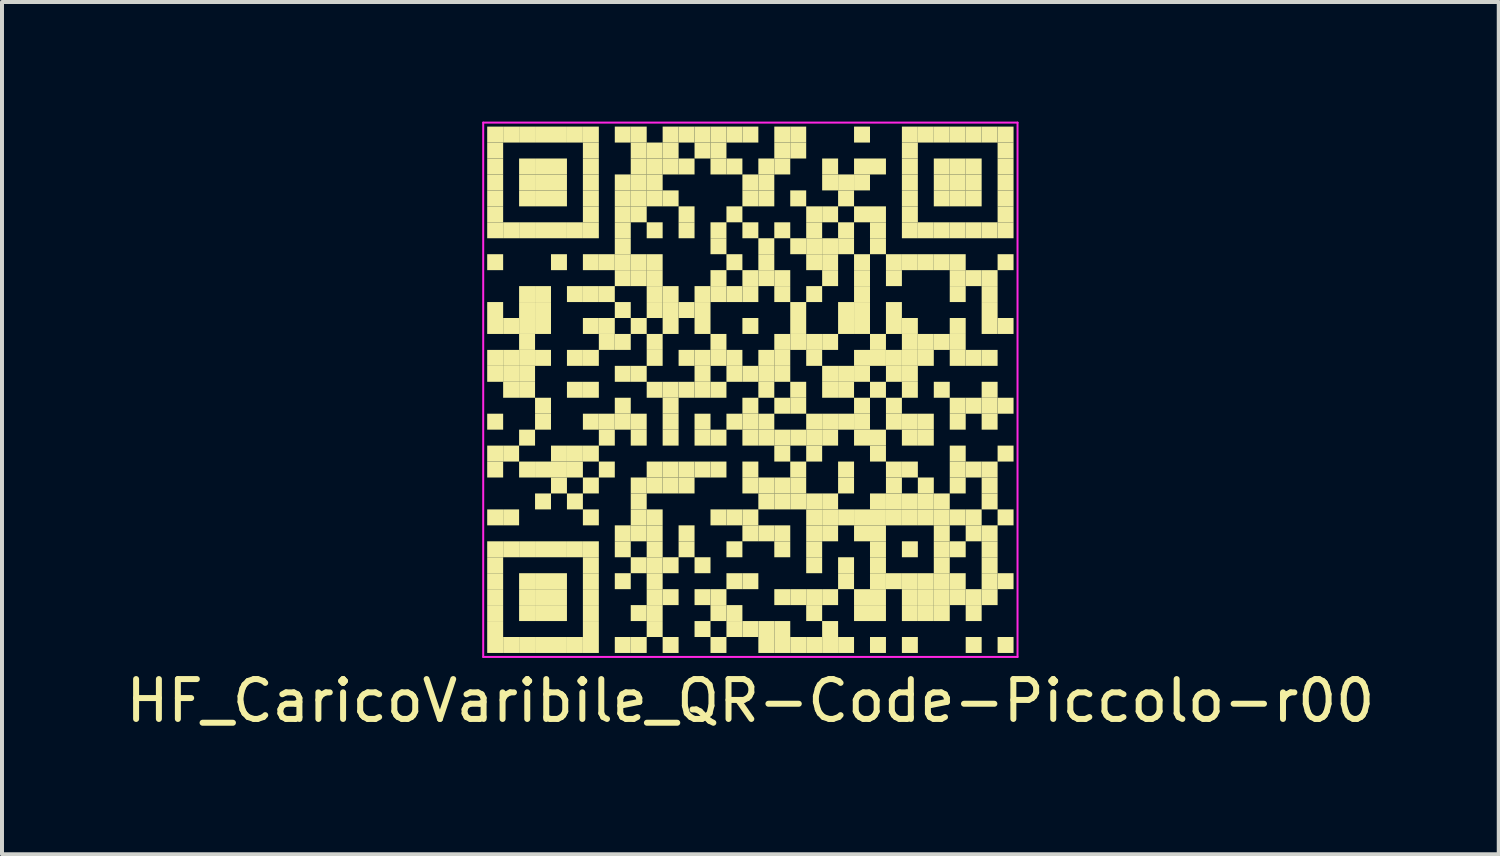
<source format=kicad_pcb>
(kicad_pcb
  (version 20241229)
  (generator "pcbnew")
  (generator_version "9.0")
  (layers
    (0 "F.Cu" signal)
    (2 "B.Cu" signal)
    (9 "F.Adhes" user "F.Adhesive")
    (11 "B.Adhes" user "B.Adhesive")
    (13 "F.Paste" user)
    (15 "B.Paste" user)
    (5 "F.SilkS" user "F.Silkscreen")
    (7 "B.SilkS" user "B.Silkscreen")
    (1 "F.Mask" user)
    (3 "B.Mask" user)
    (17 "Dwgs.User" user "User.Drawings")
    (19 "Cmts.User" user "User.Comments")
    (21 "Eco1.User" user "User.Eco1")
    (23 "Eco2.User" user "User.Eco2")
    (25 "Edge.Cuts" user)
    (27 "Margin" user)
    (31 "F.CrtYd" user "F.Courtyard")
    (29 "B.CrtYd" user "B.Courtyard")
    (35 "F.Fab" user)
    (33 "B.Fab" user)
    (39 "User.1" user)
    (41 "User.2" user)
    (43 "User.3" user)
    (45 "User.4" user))
  (footprint "HF_CaricoVaribile_QR-Code-Piccolo-r00"
    (layer "F.Cu")
    (at 15.768 6.725)
    (property "Reference" "HF_CaricoVaribile_QR-Code-Piccolo-r00" (at 0 7.8 0) (layer "F.SilkS") (effects (font (size 1 1) (thickness 0.15))))
    (attr through_hole)
    (fp_poly (pts (xy -6.2 -6.2) (xy -6.2 -6.6) (xy -6.6 -6.6) (xy -6.6 -6.2)) (stroke (width 0) (type solid)) (fill yes) (layer "F.SilkS"))
    (fp_poly (pts (xy -6.2 -5.8) (xy -6.2 -6.2) (xy -6.6 -6.2) (xy -6.6 -5.8)) (stroke (width 0) (type solid)) (fill yes) (layer "F.SilkS"))
    (fp_poly (pts (xy -6.2 -5.4) (xy -6.2 -5.8) (xy -6.6 -5.8) (xy -6.6 -5.4)) (stroke (width 0) (type solid)) (fill yes) (layer "F.SilkS"))
    (fp_poly (pts (xy -6.2 -5) (xy -6.2 -5.4) (xy -6.6 -5.4) (xy -6.6 -5)) (stroke (width 0) (type solid)) (fill yes) (layer "F.SilkS"))
    (fp_poly (pts (xy -6.2 -4.6) (xy -6.2 -5) (xy -6.6 -5) (xy -6.6 -4.6)) (stroke (width 0) (type solid)) (fill yes) (layer "F.SilkS"))
    (fp_poly (pts (xy -6.2 -4.2) (xy -6.2 -4.6) (xy -6.6 -4.6) (xy -6.6 -4.2)) (stroke (width 0) (type solid)) (fill yes) (layer "F.SilkS"))
    (fp_poly (pts (xy -6.2 -3.8) (xy -6.2 -4.2) (xy -6.6 -4.2) (xy -6.6 -3.8)) (stroke (width 0) (type solid)) (fill yes) (layer "F.SilkS"))
    (fp_poly (pts (xy -6.2 -3) (xy -6.2 -3.4) (xy -6.6 -3.4) (xy -6.6 -3)) (stroke (width 0) (type solid)) (fill yes) (layer "F.SilkS"))
    (fp_poly (pts (xy -6.2 -1.8) (xy -6.2 -2.2) (xy -6.6 -2.2) (xy -6.6 -1.8)) (stroke (width 0) (type solid)) (fill yes) (layer "F.SilkS"))
    (fp_poly (pts (xy -6.2 -1.4) (xy -6.2 -1.8) (xy -6.6 -1.8) (xy -6.6 -1.4)) (stroke (width 0) (type solid)) (fill yes) (layer "F.SilkS"))
    (fp_poly (pts (xy -6.2 -0.6) (xy -6.2 -1) (xy -6.6 -1) (xy -6.6 -0.6)) (stroke (width 0) (type solid)) (fill yes) (layer "F.SilkS"))
    (fp_poly (pts (xy -6.2 -0.2) (xy -6.2 -0.6) (xy -6.6 -0.6) (xy -6.6 -0.2)) (stroke (width 0) (type solid)) (fill yes) (layer "F.SilkS"))
    (fp_poly (pts (xy -6.2 1) (xy -6.2 0.6) (xy -6.6 0.6) (xy -6.6 1)) (stroke (width 0) (type solid)) (fill yes) (layer "F.SilkS"))
    (fp_poly (pts (xy -6.2 1.8) (xy -6.2 1.4) (xy -6.6 1.4) (xy -6.6 1.8)) (stroke (width 0) (type solid)) (fill yes) (layer "F.SilkS"))
    (fp_poly (pts (xy -6.2 2.2) (xy -6.2 1.8) (xy -6.6 1.8) (xy -6.6 2.2)) (stroke (width 0) (type solid)) (fill yes) (layer "F.SilkS"))
    (fp_poly (pts (xy -6.2 3.4) (xy -6.2 3) (xy -6.6 3) (xy -6.6 3.4)) (stroke (width 0) (type solid)) (fill yes) (layer "F.SilkS"))
    (fp_poly (pts (xy -6.2 4.2) (xy -6.2 3.8) (xy -6.6 3.8) (xy -6.6 4.2)) (stroke (width 0) (type solid)) (fill yes) (layer "F.SilkS"))
    (fp_poly (pts (xy -6.2 4.6) (xy -6.2 4.2) (xy -6.6 4.2) (xy -6.6 4.6)) (stroke (width 0) (type solid)) (fill yes) (layer "F.SilkS"))
    (fp_poly (pts (xy -6.2 5) (xy -6.2 4.6) (xy -6.6 4.6) (xy -6.6 5)) (stroke (width 0) (type solid)) (fill yes) (layer "F.SilkS"))
    (fp_poly (pts (xy -6.2 5.4) (xy -6.2 5) (xy -6.6 5) (xy -6.6 5.4)) (stroke (width 0) (type solid)) (fill yes) (layer "F.SilkS"))
    (fp_poly (pts (xy -6.2 5.8) (xy -6.2 5.4) (xy -6.6 5.4) (xy -6.6 5.8)) (stroke (width 0) (type solid)) (fill yes) (layer "F.SilkS"))
    (fp_poly (pts (xy -6.2 6.2) (xy -6.2 5.8) (xy -6.6 5.8) (xy -6.6 6.2)) (stroke (width 0) (type solid)) (fill yes) (layer "F.SilkS"))
    (fp_poly (pts (xy -6.2 6.6) (xy -6.2 6.2) (xy -6.6 6.2) (xy -6.6 6.6)) (stroke (width 0) (type solid)) (fill yes) (layer "F.SilkS"))
    (fp_poly (pts (xy -5.8 -6.2) (xy -5.8 -6.6) (xy -6.2 -6.6) (xy -6.2 -6.2)) (stroke (width 0) (type solid)) (fill yes) (layer "F.SilkS"))
    (fp_poly (pts (xy -5.8 -3.8) (xy -5.8 -4.2) (xy -6.2 -4.2) (xy -6.2 -3.8)) (stroke (width 0) (type solid)) (fill yes) (layer "F.SilkS"))
    (fp_poly (pts (xy -5.8 -1.4) (xy -5.8 -1.8) (xy -6.2 -1.8) (xy -6.2 -1.4)) (stroke (width 0) (type solid)) (fill yes) (layer "F.SilkS"))
    (fp_poly (pts (xy -5.8 -0.6) (xy -5.8 -1) (xy -6.2 -1) (xy -6.2 -0.6)) (stroke (width 0) (type solid)) (fill yes) (layer "F.SilkS"))
    (fp_poly (pts (xy -5.8 -0.2) (xy -5.8 -0.6) (xy -6.2 -0.6) (xy -6.2 -0.2)) (stroke (width 0) (type solid)) (fill yes) (layer "F.SilkS"))
    (fp_poly (pts (xy -5.8 0.2) (xy -5.8 -0.2) (xy -6.2 -0.2) (xy -6.2 0.2)) (stroke (width 0) (type solid)) (fill yes) (layer "F.SilkS"))
    (fp_poly (pts (xy -5.8 1.8) (xy -5.8 1.4) (xy -6.2 1.4) (xy -6.2 1.8)) (stroke (width 0) (type solid)) (fill yes) (layer "F.SilkS"))
    (fp_poly (pts (xy -5.8 3.4) (xy -5.8 3) (xy -6.2 3) (xy -6.2 3.4)) (stroke (width 0) (type solid)) (fill yes) (layer "F.SilkS"))
    (fp_poly (pts (xy -5.8 4.2) (xy -5.8 3.8) (xy -6.2 3.8) (xy -6.2 4.2)) (stroke (width 0) (type solid)) (fill yes) (layer "F.SilkS"))
    (fp_poly (pts (xy -5.8 6.6) (xy -5.8 6.2) (xy -6.2 6.2) (xy -6.2 6.6)) (stroke (width 0) (type solid)) (fill yes) (layer "F.SilkS"))
    (fp_poly (pts (xy -5.4 -6.2) (xy -5.4 -6.6) (xy -5.8 -6.6) (xy -5.8 -6.2)) (stroke (width 0) (type solid)) (fill yes) (layer "F.SilkS"))
    (fp_poly (pts (xy -5.4 -5.4) (xy -5.4 -5.8) (xy -5.8 -5.8) (xy -5.8 -5.4)) (stroke (width 0) (type solid)) (fill yes) (layer "F.SilkS"))
    (fp_poly (pts (xy -5.4 -5) (xy -5.4 -5.4) (xy -5.8 -5.4) (xy -5.8 -5)) (stroke (width 0) (type solid)) (fill yes) (layer "F.SilkS"))
    (fp_poly (pts (xy -5.4 -4.6) (xy -5.4 -5) (xy -5.8 -5) (xy -5.8 -4.6)) (stroke (width 0) (type solid)) (fill yes) (layer "F.SilkS"))
    (fp_poly (pts (xy -5.4 -3.8) (xy -5.4 -4.2) (xy -5.8 -4.2) (xy -5.8 -3.8)) (stroke (width 0) (type solid)) (fill yes) (layer "F.SilkS"))
    (fp_poly (pts (xy -5.4 -2.2) (xy -5.4 -2.6) (xy -5.8 -2.6) (xy -5.8 -2.2)) (stroke (width 0) (type solid)) (fill yes) (layer "F.SilkS"))
    (fp_poly (pts (xy -5.4 -1.8) (xy -5.4 -2.2) (xy -5.8 -2.2) (xy -5.8 -1.8)) (stroke (width 0) (type solid)) (fill yes) (layer "F.SilkS"))
    (fp_poly (pts (xy -5.4 -1.4) (xy -5.4 -1.8) (xy -5.8 -1.8) (xy -5.8 -1.4)) (stroke (width 0) (type solid)) (fill yes) (layer "F.SilkS"))
    (fp_poly (pts (xy -5.4 -1) (xy -5.4 -1.4) (xy -5.8 -1.4) (xy -5.8 -1)) (stroke (width 0) (type solid)) (fill yes) (layer "F.SilkS"))
    (fp_poly (pts (xy -5.4 -0.6) (xy -5.4 -1) (xy -5.8 -1) (xy -5.8 -0.6)) (stroke (width 0) (type solid)) (fill yes) (layer "F.SilkS"))
    (fp_poly (pts (xy -5.4 -0.2) (xy -5.4 -0.6) (xy -5.8 -0.6) (xy -5.8 -0.2)) (stroke (width 0) (type solid)) (fill yes) (layer "F.SilkS"))
    (fp_poly (pts (xy -5.4 0.2) (xy -5.4 -0.2) (xy -5.8 -0.2) (xy -5.8 0.2)) (stroke (width 0) (type solid)) (fill yes) (layer "F.SilkS"))
    (fp_poly (pts (xy -5.4 1.4) (xy -5.4 1) (xy -5.8 1) (xy -5.8 1.4)) (stroke (width 0) (type solid)) (fill yes) (layer "F.SilkS"))
    (fp_poly (pts (xy -5.4 2.2) (xy -5.4 1.8) (xy -5.8 1.8) (xy -5.8 2.2)) (stroke (width 0) (type solid)) (fill yes) (layer "F.SilkS"))
    (fp_poly (pts (xy -5.4 4.2) (xy -5.4 3.8) (xy -5.8 3.8) (xy -5.8 4.2)) (stroke (width 0) (type solid)) (fill yes) (layer "F.SilkS"))
    (fp_poly (pts (xy -5.4 5) (xy -5.4 4.6) (xy -5.8 4.6) (xy -5.8 5)) (stroke (width 0) (type solid)) (fill yes) (layer "F.SilkS"))
    (fp_poly (pts (xy -5.4 5.4) (xy -5.4 5) (xy -5.8 5) (xy -5.8 5.4)) (stroke (width 0) (type solid)) (fill yes) (layer "F.SilkS"))
    (fp_poly (pts (xy -5.4 5.8) (xy -5.4 5.4) (xy -5.8 5.4) (xy -5.8 5.8)) (stroke (width 0) (type solid)) (fill yes) (layer "F.SilkS"))
    (fp_poly (pts (xy -5.4 6.6) (xy -5.4 6.2) (xy -5.8 6.2) (xy -5.8 6.6)) (stroke (width 0) (type solid)) (fill yes) (layer "F.SilkS"))
    (fp_poly (pts (xy -5 -6.2) (xy -5 -6.6) (xy -5.4 -6.6) (xy -5.4 -6.2)) (stroke (width 0) (type solid)) (fill yes) (layer "F.SilkS"))
    (fp_poly (pts (xy -5 -5.4) (xy -5 -5.8) (xy -5.4 -5.8) (xy -5.4 -5.4)) (stroke (width 0) (type solid)) (fill yes) (layer "F.SilkS"))
    (fp_poly (pts (xy -5 -5) (xy -5 -5.4) (xy -5.4 -5.4) (xy -5.4 -5)) (stroke (width 0) (type solid)) (fill yes) (layer "F.SilkS"))
    (fp_poly (pts (xy -5 -4.6) (xy -5 -5) (xy -5.4 -5) (xy -5.4 -4.6)) (stroke (width 0) (type solid)) (fill yes) (layer "F.SilkS"))
    (fp_poly (pts (xy -5 -3.8) (xy -5 -4.2) (xy -5.4 -4.2) (xy -5.4 -3.8)) (stroke (width 0) (type solid)) (fill yes) (layer "F.SilkS"))
    (fp_poly (pts (xy -5 -2.2) (xy -5 -2.6) (xy -5.4 -2.6) (xy -5.4 -2.2)) (stroke (width 0) (type solid)) (fill yes) (layer "F.SilkS"))
    (fp_poly (pts (xy -5 -1.8) (xy -5 -2.2) (xy -5.4 -2.2) (xy -5.4 -1.8)) (stroke (width 0) (type solid)) (fill yes) (layer "F.SilkS"))
    (fp_poly (pts (xy -5 -1.4) (xy -5 -1.8) (xy -5.4 -1.8) (xy -5.4 -1.4)) (stroke (width 0) (type solid)) (fill yes) (layer "F.SilkS"))
    (fp_poly (pts (xy -5 -0.6) (xy -5 -1) (xy -5.4 -1) (xy -5.4 -0.6)) (stroke (width 0) (type solid)) (fill yes) (layer "F.SilkS"))
    (fp_poly (pts (xy -5 0.6) (xy -5 0.2) (xy -5.4 0.2) (xy -5.4 0.6)) (stroke (width 0) (type solid)) (fill yes) (layer "F.SilkS"))
    (fp_poly (pts (xy -5 1) (xy -5 0.6) (xy -5.4 0.6) (xy -5.4 1)) (stroke (width 0) (type solid)) (fill yes) (layer "F.SilkS"))
    (fp_poly (pts (xy -5 2.2) (xy -5 1.8) (xy -5.4 1.8) (xy -5.4 2.2)) (stroke (width 0) (type solid)) (fill yes) (layer "F.SilkS"))
    (fp_poly (pts (xy -5 3) (xy -5 2.6) (xy -5.4 2.6) (xy -5.4 3)) (stroke (width 0) (type solid)) (fill yes) (layer "F.SilkS"))
    (fp_poly (pts (xy -5 4.2) (xy -5 3.8) (xy -5.4 3.8) (xy -5.4 4.2)) (stroke (width 0) (type solid)) (fill yes) (layer "F.SilkS"))
    (fp_poly (pts (xy -5 5) (xy -5 4.6) (xy -5.4 4.6) (xy -5.4 5)) (stroke (width 0) (type solid)) (fill yes) (layer "F.SilkS"))
    (fp_poly (pts (xy -5 5.4) (xy -5 5) (xy -5.4 5) (xy -5.4 5.4)) (stroke (width 0) (type solid)) (fill yes) (layer "F.SilkS"))
    (fp_poly (pts (xy -5 5.8) (xy -5 5.4) (xy -5.4 5.4) (xy -5.4 5.8)) (stroke (width 0) (type solid)) (fill yes) (layer "F.SilkS"))
    (fp_poly (pts (xy -5 6.6) (xy -5 6.2) (xy -5.4 6.2) (xy -5.4 6.6)) (stroke (width 0) (type solid)) (fill yes) (layer "F.SilkS"))
    (fp_poly (pts (xy -4.6 -6.2) (xy -4.6 -6.6) (xy -5 -6.6) (xy -5 -6.2)) (stroke (width 0) (type solid)) (fill yes) (layer "F.SilkS"))
    (fp_poly (pts (xy -4.6 -5.4) (xy -4.6 -5.8) (xy -5 -5.8) (xy -5 -5.4)) (stroke (width 0) (type solid)) (fill yes) (layer "F.SilkS"))
    (fp_poly (pts (xy -4.6 -5) (xy -4.6 -5.4) (xy -5 -5.4) (xy -5 -5)) (stroke (width 0) (type solid)) (fill yes) (layer "F.SilkS"))
    (fp_poly (pts (xy -4.6 -4.6) (xy -4.6 -5) (xy -5 -5) (xy -5 -4.6)) (stroke (width 0) (type solid)) (fill yes) (layer "F.SilkS"))
    (fp_poly (pts (xy -4.6 -3.8) (xy -4.6 -4.2) (xy -5 -4.2) (xy -5 -3.8)) (stroke (width 0) (type solid)) (fill yes) (layer "F.SilkS"))
    (fp_poly (pts (xy -4.6 -3) (xy -4.6 -3.4) (xy -5 -3.4) (xy -5 -3)) (stroke (width 0) (type solid)) (fill yes) (layer "F.SilkS"))
    (fp_poly (pts (xy -4.6 1.8) (xy -4.6 1.4) (xy -5 1.4) (xy -5 1.8)) (stroke (width 0) (type solid)) (fill yes) (layer "F.SilkS"))
    (fp_poly (pts (xy -4.6 2.2) (xy -4.6 1.8) (xy -5 1.8) (xy -5 2.2)) (stroke (width 0) (type solid)) (fill yes) (layer "F.SilkS"))
    (fp_poly (pts (xy -4.6 2.6) (xy -4.6 2.2) (xy -5 2.2) (xy -5 2.6)) (stroke (width 0) (type solid)) (fill yes) (layer "F.SilkS"))
    (fp_poly (pts (xy -4.6 4.2) (xy -4.6 3.8) (xy -5 3.8) (xy -5 4.2)) (stroke (width 0) (type solid)) (fill yes) (layer "F.SilkS"))
    (fp_poly (pts (xy -4.6 5) (xy -4.6 4.6) (xy -5 4.6) (xy -5 5)) (stroke (width 0) (type solid)) (fill yes) (layer "F.SilkS"))
    (fp_poly (pts (xy -4.6 5.4) (xy -4.6 5) (xy -5 5) (xy -5 5.4)) (stroke (width 0) (type solid)) (fill yes) (layer "F.SilkS"))
    (fp_poly (pts (xy -4.6 5.8) (xy -4.6 5.4) (xy -5 5.4) (xy -5 5.8)) (stroke (width 0) (type solid)) (fill yes) (layer "F.SilkS"))
    (fp_poly (pts (xy -4.6 6.6) (xy -4.6 6.2) (xy -5 6.2) (xy -5 6.6)) (stroke (width 0) (type solid)) (fill yes) (layer "F.SilkS"))
    (fp_poly (pts (xy -4.2 -6.2) (xy -4.2 -6.6) (xy -4.6 -6.6) (xy -4.6 -6.2)) (stroke (width 0) (type solid)) (fill yes) (layer "F.SilkS"))
    (fp_poly (pts (xy -4.2 -3.8) (xy -4.2 -4.2) (xy -4.6 -4.2) (xy -4.6 -3.8)) (stroke (width 0) (type solid)) (fill yes) (layer "F.SilkS"))
    (fp_poly (pts (xy -4.2 -2.2) (xy -4.2 -2.6) (xy -4.6 -2.6) (xy -4.6 -2.2)) (stroke (width 0) (type solid)) (fill yes) (layer "F.SilkS"))
    (fp_poly (pts (xy -4.2 -0.6) (xy -4.2 -1) (xy -4.6 -1) (xy -4.6 -0.6)) (stroke (width 0) (type solid)) (fill yes) (layer "F.SilkS"))
    (fp_poly (pts (xy -4.2 0.2) (xy -4.2 -0.2) (xy -4.6 -0.2) (xy -4.6 0.2)) (stroke (width 0) (type solid)) (fill yes) (layer "F.SilkS"))
    (fp_poly (pts (xy -4.2 1.8) (xy -4.2 1.4) (xy -4.6 1.4) (xy -4.6 1.8)) (stroke (width 0) (type solid)) (fill yes) (layer "F.SilkS"))
    (fp_poly (pts (xy -4.2 2.2) (xy -4.2 1.8) (xy -4.6 1.8) (xy -4.6 2.2)) (stroke (width 0) (type solid)) (fill yes) (layer "F.SilkS"))
    (fp_poly (pts (xy -4.2 3) (xy -4.2 2.6) (xy -4.6 2.6) (xy -4.6 3)) (stroke (width 0) (type solid)) (fill yes) (layer "F.SilkS"))
    (fp_poly (pts (xy -4.2 4.2) (xy -4.2 3.8) (xy -4.6 3.8) (xy -4.6 4.2)) (stroke (width 0) (type solid)) (fill yes) (layer "F.SilkS"))
    (fp_poly (pts (xy -4.2 6.6) (xy -4.2 6.2) (xy -4.6 6.2) (xy -4.6 6.6)) (stroke (width 0) (type solid)) (fill yes) (layer "F.SilkS"))
    (fp_poly (pts (xy -3.8 -6.2) (xy -3.8 -6.6) (xy -4.2 -6.6) (xy -4.2 -6.2)) (stroke (width 0) (type solid)) (fill yes) (layer "F.SilkS"))
    (fp_poly (pts (xy -3.8 -5.8) (xy -3.8 -6.2) (xy -4.2 -6.2) (xy -4.2 -5.8)) (stroke (width 0) (type solid)) (fill yes) (layer "F.SilkS"))
    (fp_poly (pts (xy -3.8 -5.4) (xy -3.8 -5.8) (xy -4.2 -5.8) (xy -4.2 -5.4)) (stroke (width 0) (type solid)) (fill yes) (layer "F.SilkS"))
    (fp_poly (pts (xy -3.8 -5) (xy -3.8 -5.4) (xy -4.2 -5.4) (xy -4.2 -5)) (stroke (width 0) (type solid)) (fill yes) (layer "F.SilkS"))
    (fp_poly (pts (xy -3.8 -4.6) (xy -3.8 -5) (xy -4.2 -5) (xy -4.2 -4.6)) (stroke (width 0) (type solid)) (fill yes) (layer "F.SilkS"))
    (fp_poly (pts (xy -3.8 -4.2) (xy -3.8 -4.6) (xy -4.2 -4.6) (xy -4.2 -4.2)) (stroke (width 0) (type solid)) (fill yes) (layer "F.SilkS"))
    (fp_poly (pts (xy -3.8 -3.8) (xy -3.8 -4.2) (xy -4.2 -4.2) (xy -4.2 -3.8)) (stroke (width 0) (type solid)) (fill yes) (layer "F.SilkS"))
    (fp_poly (pts (xy -3.8 -3) (xy -3.8 -3.4) (xy -4.2 -3.4) (xy -4.2 -3)) (stroke (width 0) (type solid)) (fill yes) (layer "F.SilkS"))
    (fp_poly (pts (xy -3.8 -2.2) (xy -3.8 -2.6) (xy -4.2 -2.6) (xy -4.2 -2.2)) (stroke (width 0) (type solid)) (fill yes) (layer "F.SilkS"))
    (fp_poly (pts (xy -3.8 -1.4) (xy -3.8 -1.8) (xy -4.2 -1.8) (xy -4.2 -1.4)) (stroke (width 0) (type solid)) (fill yes) (layer "F.SilkS"))
    (fp_poly (pts (xy -3.8 -0.6) (xy -3.8 -1) (xy -4.2 -1) (xy -4.2 -0.6)) (stroke (width 0) (type solid)) (fill yes) (layer "F.SilkS"))
    (fp_poly (pts (xy -3.8 0.2) (xy -3.8 -0.2) (xy -4.2 -0.2) (xy -4.2 0.2)) (stroke (width 0) (type solid)) (fill yes) (layer "F.SilkS"))
    (fp_poly (pts (xy -3.8 1) (xy -3.8 0.6) (xy -4.2 0.6) (xy -4.2 1)) (stroke (width 0) (type solid)) (fill yes) (layer "F.SilkS"))
    (fp_poly (pts (xy -3.8 1.8) (xy -3.8 1.4) (xy -4.2 1.4) (xy -4.2 1.8)) (stroke (width 0) (type solid)) (fill yes) (layer "F.SilkS"))
    (fp_poly (pts (xy -3.8 2.6) (xy -3.8 2.2) (xy -4.2 2.2) (xy -4.2 2.6)) (stroke (width 0) (type solid)) (fill yes) (layer "F.SilkS"))
    (fp_poly (pts (xy -3.8 3.4) (xy -3.8 3) (xy -4.2 3) (xy -4.2 3.4)) (stroke (width 0) (type solid)) (fill yes) (layer "F.SilkS"))
    (fp_poly (pts (xy -3.8 4.2) (xy -3.8 3.8) (xy -4.2 3.8) (xy -4.2 4.2)) (stroke (width 0) (type solid)) (fill yes) (layer "F.SilkS"))
    (fp_poly (pts (xy -3.8 4.6) (xy -3.8 4.2) (xy -4.2 4.2) (xy -4.2 4.6)) (stroke (width 0) (type solid)) (fill yes) (layer "F.SilkS"))
    (fp_poly (pts (xy -3.8 5) (xy -3.8 4.6) (xy -4.2 4.6) (xy -4.2 5)) (stroke (width 0) (type solid)) (fill yes) (layer "F.SilkS"))
    (fp_poly (pts (xy -3.8 5.4) (xy -3.8 5) (xy -4.2 5) (xy -4.2 5.4)) (stroke (width 0) (type solid)) (fill yes) (layer "F.SilkS"))
    (fp_poly (pts (xy -3.8 5.8) (xy -3.8 5.4) (xy -4.2 5.4) (xy -4.2 5.8)) (stroke (width 0) (type solid)) (fill yes) (layer "F.SilkS"))
    (fp_poly (pts (xy -3.8 6.2) (xy -3.8 5.8) (xy -4.2 5.8) (xy -4.2 6.2)) (stroke (width 0) (type solid)) (fill yes) (layer "F.SilkS"))
    (fp_poly (pts (xy -3.8 6.6) (xy -3.8 6.2) (xy -4.2 6.2) (xy -4.2 6.6)) (stroke (width 0) (type solid)) (fill yes) (layer "F.SilkS"))
    (fp_poly (pts (xy -3.4 -3) (xy -3.4 -3.4) (xy -3.8 -3.4) (xy -3.8 -3)) (stroke (width 0) (type solid)) (fill yes) (layer "F.SilkS"))
    (fp_poly (pts (xy -3.4 -2.2) (xy -3.4 -2.6) (xy -3.8 -2.6) (xy -3.8 -2.2)) (stroke (width 0) (type solid)) (fill yes) (layer "F.SilkS"))
    (fp_poly (pts (xy -3.4 -1.4) (xy -3.4 -1.8) (xy -3.8 -1.8) (xy -3.8 -1.4)) (stroke (width 0) (type solid)) (fill yes) (layer "F.SilkS"))
    (fp_poly (pts (xy -3.4 -1) (xy -3.4 -1.4) (xy -3.8 -1.4) (xy -3.8 -1)) (stroke (width 0) (type solid)) (fill yes) (layer "F.SilkS"))
    (fp_poly (pts (xy -3.4 1) (xy -3.4 0.6) (xy -3.8 0.6) (xy -3.8 1)) (stroke (width 0) (type solid)) (fill yes) (layer "F.SilkS"))
    (fp_poly (pts (xy -3.4 1.4) (xy -3.4 1) (xy -3.8 1) (xy -3.8 1.4)) (stroke (width 0) (type solid)) (fill yes) (layer "F.SilkS"))
    (fp_poly (pts (xy -3.4 2.2) (xy -3.4 1.8) (xy -3.8 1.8) (xy -3.8 2.2)) (stroke (width 0) (type solid)) (fill yes) (layer "F.SilkS"))
    (fp_poly (pts (xy -3 -6.2) (xy -3 -6.6) (xy -3.4 -6.6) (xy -3.4 -6.2)) (stroke (width 0) (type solid)) (fill yes) (layer "F.SilkS"))
    (fp_poly (pts (xy -3 -5) (xy -3 -5.4) (xy -3.4 -5.4) (xy -3.4 -5)) (stroke (width 0) (type solid)) (fill yes) (layer "F.SilkS"))
    (fp_poly (pts (xy -3 -4.6) (xy -3 -5) (xy -3.4 -5) (xy -3.4 -4.6)) (stroke (width 0) (type solid)) (fill yes) (layer "F.SilkS"))
    (fp_poly (pts (xy -3 -4.2) (xy -3 -4.6) (xy -3.4 -4.6) (xy -3.4 -4.2)) (stroke (width 0) (type solid)) (fill yes) (layer "F.SilkS"))
    (fp_poly (pts (xy -3 -3.8) (xy -3 -4.2) (xy -3.4 -4.2) (xy -3.4 -3.8)) (stroke (width 0) (type solid)) (fill yes) (layer "F.SilkS"))
    (fp_poly (pts (xy -3 -3.4) (xy -3 -3.8) (xy -3.4 -3.8) (xy -3.4 -3.4)) (stroke (width 0) (type solid)) (fill yes) (layer "F.SilkS"))
    (fp_poly (pts (xy -3 -3) (xy -3 -3.4) (xy -3.4 -3.4) (xy -3.4 -3)) (stroke (width 0) (type solid)) (fill yes) (layer "F.SilkS"))
    (fp_poly (pts (xy -3 -2.6) (xy -3 -3) (xy -3.4 -3) (xy -3.4 -2.6)) (stroke (width 0) (type solid)) (fill yes) (layer "F.SilkS"))
    (fp_poly (pts (xy -3 -1.8) (xy -3 -2.2) (xy -3.4 -2.2) (xy -3.4 -1.8)) (stroke (width 0) (type solid)) (fill yes) (layer "F.SilkS"))
    (fp_poly (pts (xy -3 -1) (xy -3 -1.4) (xy -3.4 -1.4) (xy -3.4 -1)) (stroke (width 0) (type solid)) (fill yes) (layer "F.SilkS"))
    (fp_poly (pts (xy -3 -0.2) (xy -3 -0.6) (xy -3.4 -0.6) (xy -3.4 -0.2)) (stroke (width 0) (type solid)) (fill yes) (layer "F.SilkS"))
    (fp_poly (pts (xy -3 0.6) (xy -3 0.2) (xy -3.4 0.2) (xy -3.4 0.6)) (stroke (width 0) (type solid)) (fill yes) (layer "F.SilkS"))
    (fp_poly (pts (xy -3 1) (xy -3 0.6) (xy -3.4 0.6) (xy -3.4 1)) (stroke (width 0) (type solid)) (fill yes) (layer "F.SilkS"))
    (fp_poly (pts (xy -3 3.8) (xy -3 3.4) (xy -3.4 3.4) (xy -3.4 3.8)) (stroke (width 0) (type solid)) (fill yes) (layer "F.SilkS"))
    (fp_poly (pts (xy -3 4.2) (xy -3 3.8) (xy -3.4 3.8) (xy -3.4 4.2)) (stroke (width 0) (type solid)) (fill yes) (layer "F.SilkS"))
    (fp_poly (pts (xy -3 5) (xy -3 4.6) (xy -3.4 4.6) (xy -3.4 5)) (stroke (width 0) (type solid)) (fill yes) (layer "F.SilkS"))
    (fp_poly (pts (xy -3 6.6) (xy -3 6.2) (xy -3.4 6.2) (xy -3.4 6.6)) (stroke (width 0) (type solid)) (fill yes) (layer "F.SilkS"))
    (fp_poly (pts (xy -2.6 -6.2) (xy -2.6 -6.6) (xy -3 -6.6) (xy -3 -6.2)) (stroke (width 0) (type solid)) (fill yes) (layer "F.SilkS"))
    (fp_poly (pts (xy -2.6 -5.8) (xy -2.6 -6.2) (xy -3 -6.2) (xy -3 -5.8)) (stroke (width 0) (type solid)) (fill yes) (layer "F.SilkS"))
    (fp_poly (pts (xy -2.6 -5.4) (xy -2.6 -5.8) (xy -3 -5.8) (xy -3 -5.4)) (stroke (width 0) (type solid)) (fill yes) (layer "F.SilkS"))
    (fp_poly (pts (xy -2.6 -5) (xy -2.6 -5.4) (xy -3 -5.4) (xy -3 -5)) (stroke (width 0) (type solid)) (fill yes) (layer "F.SilkS"))
    (fp_poly (pts (xy -2.6 -4.6) (xy -2.6 -5) (xy -3 -5) (xy -3 -4.6)) (stroke (width 0) (type solid)) (fill yes) (layer "F.SilkS"))
    (fp_poly (pts (xy -2.6 -4.2) (xy -2.6 -4.6) (xy -3 -4.6) (xy -3 -4.2)) (stroke (width 0) (type solid)) (fill yes) (layer "F.SilkS"))
    (fp_poly (pts (xy -2.6 -3) (xy -2.6 -3.4) (xy -3 -3.4) (xy -3 -3)) (stroke (width 0) (type solid)) (fill yes) (layer "F.SilkS"))
    (fp_poly (pts (xy -2.6 -2.6) (xy -2.6 -3) (xy -3 -3) (xy -3 -2.6)) (stroke (width 0) (type solid)) (fill yes) (layer "F.SilkS"))
    (fp_poly (pts (xy -2.6 -1.4) (xy -2.6 -1.8) (xy -3 -1.8) (xy -3 -1.4)) (stroke (width 0) (type solid)) (fill yes) (layer "F.SilkS"))
    (fp_poly (pts (xy -2.6 -0.2) (xy -2.6 -0.6) (xy -3 -0.6) (xy -3 -0.2)) (stroke (width 0) (type solid)) (fill yes) (layer "F.SilkS"))
    (fp_poly (pts (xy -2.6 1) (xy -2.6 0.6) (xy -3 0.6) (xy -3 1)) (stroke (width 0) (type solid)) (fill yes) (layer "F.SilkS"))
    (fp_poly (pts (xy -2.6 1.4) (xy -2.6 1) (xy -3 1) (xy -3 1.4)) (stroke (width 0) (type solid)) (fill yes) (layer "F.SilkS"))
    (fp_poly (pts (xy -2.6 2.6) (xy -2.6 2.2) (xy -3 2.2) (xy -3 2.6)) (stroke (width 0) (type solid)) (fill yes) (layer "F.SilkS"))
    (fp_poly (pts (xy -2.6 3) (xy -2.6 2.6) (xy -3 2.6) (xy -3 3)) (stroke (width 0) (type solid)) (fill yes) (layer "F.SilkS"))
    (fp_poly (pts (xy -2.6 3.4) (xy -2.6 3) (xy -3 3) (xy -3 3.4)) (stroke (width 0) (type solid)) (fill yes) (layer "F.SilkS"))
    (fp_poly (pts (xy -2.6 3.8) (xy -2.6 3.4) (xy -3 3.4) (xy -3 3.8)) (stroke (width 0) (type solid)) (fill yes) (layer "F.SilkS"))
    (fp_poly (pts (xy -2.6 4.6) (xy -2.6 4.2) (xy -3 4.2) (xy -3 4.6)) (stroke (width 0) (type solid)) (fill yes) (layer "F.SilkS"))
    (fp_poly (pts (xy -2.6 5.8) (xy -2.6 5.4) (xy -3 5.4) (xy -3 5.8)) (stroke (width 0) (type solid)) (fill yes) (layer "F.SilkS"))
    (fp_poly (pts (xy -2.6 6.6) (xy -2.6 6.2) (xy -3 6.2) (xy -3 6.6)) (stroke (width 0) (type solid)) (fill yes) (layer "F.SilkS"))
    (fp_poly (pts (xy -2.2 -5.8) (xy -2.2 -6.2) (xy -2.6 -6.2) (xy -2.6 -5.8)) (stroke (width 0) (type solid)) (fill yes) (layer "F.SilkS"))
    (fp_poly (pts (xy -2.2 -5.4) (xy -2.2 -5.8) (xy -2.6 -5.8) (xy -2.6 -5.4)) (stroke (width 0) (type solid)) (fill yes) (layer "F.SilkS"))
    (fp_poly (pts (xy -2.2 -5) (xy -2.2 -5.4) (xy -2.6 -5.4) (xy -2.6 -5)) (stroke (width 0) (type solid)) (fill yes) (layer "F.SilkS"))
    (fp_poly (pts (xy -2.2 -4.6) (xy -2.2 -5) (xy -2.6 -5) (xy -2.6 -4.6)) (stroke (width 0) (type solid)) (fill yes) (layer "F.SilkS"))
    (fp_poly (pts (xy -2.2 -3.8) (xy -2.2 -4.2) (xy -2.6 -4.2) (xy -2.6 -3.8)) (stroke (width 0) (type solid)) (fill yes) (layer "F.SilkS"))
    (fp_poly (pts (xy -2.2 -3) (xy -2.2 -3.4) (xy -2.6 -3.4) (xy -2.6 -3)) (stroke (width 0) (type solid)) (fill yes) (layer "F.SilkS"))
    (fp_poly (pts (xy -2.2 -2.6) (xy -2.2 -3) (xy -2.6 -3) (xy -2.6 -2.6)) (stroke (width 0) (type solid)) (fill yes) (layer "F.SilkS"))
    (fp_poly (pts (xy -2.2 -2.2) (xy -2.2 -2.6) (xy -2.6 -2.6) (xy -2.6 -2.2)) (stroke (width 0) (type solid)) (fill yes) (layer "F.SilkS"))
    (fp_poly (pts (xy -2.2 -1.8) (xy -2.2 -2.2) (xy -2.6 -2.2) (xy -2.6 -1.8)) (stroke (width 0) (type solid)) (fill yes) (layer "F.SilkS"))
    (fp_poly (pts (xy -2.2 -1) (xy -2.2 -1.4) (xy -2.6 -1.4) (xy -2.6 -1)) (stroke (width 0) (type solid)) (fill yes) (layer "F.SilkS"))
    (fp_poly (pts (xy -2.2 -0.6) (xy -2.2 -1) (xy -2.6 -1) (xy -2.6 -0.6)) (stroke (width 0) (type solid)) (fill yes) (layer "F.SilkS"))
    (fp_poly (pts (xy -2.2 0.2) (xy -2.2 -0.2) (xy -2.6 -0.2) (xy -2.6 0.2)) (stroke (width 0) (type solid)) (fill yes) (layer "F.SilkS"))
    (fp_poly (pts (xy -2.2 2.2) (xy -2.2 1.8) (xy -2.6 1.8) (xy -2.6 2.2)) (stroke (width 0) (type solid)) (fill yes) (layer "F.SilkS"))
    (fp_poly (pts (xy -2.2 2.6) (xy -2.2 2.2) (xy -2.6 2.2) (xy -2.6 2.6)) (stroke (width 0) (type solid)) (fill yes) (layer "F.SilkS"))
    (fp_poly (pts (xy -2.2 3.4) (xy -2.2 3) (xy -2.6 3) (xy -2.6 3.4)) (stroke (width 0) (type solid)) (fill yes) (layer "F.SilkS"))
    (fp_poly (pts (xy -2.2 3.8) (xy -2.2 3.4) (xy -2.6 3.4) (xy -2.6 3.8)) (stroke (width 0) (type solid)) (fill yes) (layer "F.SilkS"))
    (fp_poly (pts (xy -2.2 4.2) (xy -2.2 3.8) (xy -2.6 3.8) (xy -2.6 4.2)) (stroke (width 0) (type solid)) (fill yes) (layer "F.SilkS"))
    (fp_poly (pts (xy -2.2 4.6) (xy -2.2 4.2) (xy -2.6 4.2) (xy -2.6 4.6)) (stroke (width 0) (type solid)) (fill yes) (layer "F.SilkS"))
    (fp_poly (pts (xy -2.2 5) (xy -2.2 4.6) (xy -2.6 4.6) (xy -2.6 5)) (stroke (width 0) (type solid)) (fill yes) (layer "F.SilkS"))
    (fp_poly (pts (xy -2.2 5.4) (xy -2.2 5) (xy -2.6 5) (xy -2.6 5.4)) (stroke (width 0) (type solid)) (fill yes) (layer "F.SilkS"))
    (fp_poly (pts (xy -2.2 5.8) (xy -2.2 5.4) (xy -2.6 5.4) (xy -2.6 5.8)) (stroke (width 0) (type solid)) (fill yes) (layer "F.SilkS"))
    (fp_poly (pts (xy -2.2 6.2) (xy -2.2 5.8) (xy -2.6 5.8) (xy -2.6 6.2)) (stroke (width 0) (type solid)) (fill yes) (layer "F.SilkS"))
    (fp_poly (pts (xy -1.8 -6.2) (xy -1.8 -6.6) (xy -2.2 -6.6) (xy -2.2 -6.2)) (stroke (width 0) (type solid)) (fill yes) (layer "F.SilkS"))
    (fp_poly (pts (xy -1.8 -5.8) (xy -1.8 -6.2) (xy -2.2 -6.2) (xy -2.2 -5.8)) (stroke (width 0) (type solid)) (fill yes) (layer "F.SilkS"))
    (fp_poly (pts (xy -1.8 -5.4) (xy -1.8 -5.8) (xy -2.2 -5.8) (xy -2.2 -5.4)) (stroke (width 0) (type solid)) (fill yes) (layer "F.SilkS"))
    (fp_poly (pts (xy -1.8 -4.6) (xy -1.8 -5) (xy -2.2 -5) (xy -2.2 -4.6)) (stroke (width 0) (type solid)) (fill yes) (layer "F.SilkS"))
    (fp_poly (pts (xy -1.8 -2.2) (xy -1.8 -2.6) (xy -2.2 -2.6) (xy -2.2 -2.2)) (stroke (width 0) (type solid)) (fill yes) (layer "F.SilkS"))
    (fp_poly (pts (xy -1.8 -1.8) (xy -1.8 -2.2) (xy -2.2 -2.2) (xy -2.2 -1.8)) (stroke (width 0) (type solid)) (fill yes) (layer "F.SilkS"))
    (fp_poly (pts (xy -1.8 -1.4) (xy -1.8 -1.8) (xy -2.2 -1.8) (xy -2.2 -1.4)) (stroke (width 0) (type solid)) (fill yes) (layer "F.SilkS"))
    (fp_poly (pts (xy -1.8 0.2) (xy -1.8 -0.2) (xy -2.2 -0.2) (xy -2.2 0.2)) (stroke (width 0) (type solid)) (fill yes) (layer "F.SilkS"))
    (fp_poly (pts (xy -1.8 0.6) (xy -1.8 0.2) (xy -2.2 0.2) (xy -2.2 0.6)) (stroke (width 0) (type solid)) (fill yes) (layer "F.SilkS"))
    (fp_poly (pts (xy -1.8 1) (xy -1.8 0.6) (xy -2.2 0.6) (xy -2.2 1)) (stroke (width 0) (type solid)) (fill yes) (layer "F.SilkS"))
    (fp_poly (pts (xy -1.8 1.4) (xy -1.8 1) (xy -2.2 1) (xy -2.2 1.4)) (stroke (width 0) (type solid)) (fill yes) (layer "F.SilkS"))
    (fp_poly (pts (xy -1.8 2.2) (xy -1.8 1.8) (xy -2.2 1.8) (xy -2.2 2.2)) (stroke (width 0) (type solid)) (fill yes) (layer "F.SilkS"))
    (fp_poly (pts (xy -1.8 2.6) (xy -1.8 2.2) (xy -2.2 2.2) (xy -2.2 2.6)) (stroke (width 0) (type solid)) (fill yes) (layer "F.SilkS"))
    (fp_poly (pts (xy -1.8 4.6) (xy -1.8 4.2) (xy -2.2 4.2) (xy -2.2 4.6)) (stroke (width 0) (type solid)) (fill yes) (layer "F.SilkS"))
    (fp_poly (pts (xy -1.8 5.4) (xy -1.8 5) (xy -2.2 5) (xy -2.2 5.4)) (stroke (width 0) (type solid)) (fill yes) (layer "F.SilkS"))
    (fp_poly (pts (xy -1.8 6.6) (xy -1.8 6.2) (xy -2.2 6.2) (xy -2.2 6.6)) (stroke (width 0) (type solid)) (fill yes) (layer "F.SilkS"))
    (fp_poly (pts (xy -1.4 -6.2) (xy -1.4 -6.6) (xy -1.8 -6.6) (xy -1.8 -6.2)) (stroke (width 0) (type solid)) (fill yes) (layer "F.SilkS"))
    (fp_poly (pts (xy -1.4 -5.4) (xy -1.4 -5.8) (xy -1.8 -5.8) (xy -1.8 -5.4)) (stroke (width 0) (type solid)) (fill yes) (layer "F.SilkS"))
    (fp_poly (pts (xy -1.4 -4.2) (xy -1.4 -4.6) (xy -1.8 -4.6) (xy -1.8 -4.2)) (stroke (width 0) (type solid)) (fill yes) (layer "F.SilkS"))
    (fp_poly (pts (xy -1.4 -3.8) (xy -1.4 -4.2) (xy -1.8 -4.2) (xy -1.8 -3.8)) (stroke (width 0) (type solid)) (fill yes) (layer "F.SilkS"))
    (fp_poly (pts (xy -1.4 -1.8) (xy -1.4 -2.2) (xy -1.8 -2.2) (xy -1.8 -1.8)) (stroke (width 0) (type solid)) (fill yes) (layer "F.SilkS"))
    (fp_poly (pts (xy -1.4 -0.6) (xy -1.4 -1) (xy -1.8 -1) (xy -1.8 -0.6)) (stroke (width 0) (type solid)) (fill yes) (layer "F.SilkS"))
    (fp_poly (pts (xy -1.4 0.2) (xy -1.4 -0.2) (xy -1.8 -0.2) (xy -1.8 0.2)) (stroke (width 0) (type solid)) (fill yes) (layer "F.SilkS"))
    (fp_poly (pts (xy -1.4 2.2) (xy -1.4 1.8) (xy -1.8 1.8) (xy -1.8 2.2)) (stroke (width 0) (type solid)) (fill yes) (layer "F.SilkS"))
    (fp_poly (pts (xy -1.4 2.6) (xy -1.4 2.2) (xy -1.8 2.2) (xy -1.8 2.6)) (stroke (width 0) (type solid)) (fill yes) (layer "F.SilkS"))
    (fp_poly (pts (xy -1.4 3.8) (xy -1.4 3.4) (xy -1.8 3.4) (xy -1.8 3.8)) (stroke (width 0) (type solid)) (fill yes) (layer "F.SilkS"))
    (fp_poly (pts (xy -1.4 4.2) (xy -1.4 3.8) (xy -1.8 3.8) (xy -1.8 4.2)) (stroke (width 0) (type solid)) (fill yes) (layer "F.SilkS"))
    (fp_poly (pts (xy -1 -6.2) (xy -1 -6.6) (xy -1.4 -6.6) (xy -1.4 -6.2)) (stroke (width 0) (type solid)) (fill yes) (layer "F.SilkS"))
    (fp_poly (pts (xy -1 -5.8) (xy -1 -6.2) (xy -1.4 -6.2) (xy -1.4 -5.8)) (stroke (width 0) (type solid)) (fill yes) (layer "F.SilkS"))
    (fp_poly (pts (xy -1 -2.2) (xy -1 -2.6) (xy -1.4 -2.6) (xy -1.4 -2.2)) (stroke (width 0) (type solid)) (fill yes) (layer "F.SilkS"))
    (fp_poly (pts (xy -1 -1.8) (xy -1 -2.2) (xy -1.4 -2.2) (xy -1.4 -1.8)) (stroke (width 0) (type solid)) (fill yes) (layer "F.SilkS"))
    (fp_poly (pts (xy -1 -1.4) (xy -1 -1.8) (xy -1.4 -1.8) (xy -1.4 -1.4)) (stroke (width 0) (type solid)) (fill yes) (layer "F.SilkS"))
    (fp_poly (pts (xy -1 -0.6) (xy -1 -1) (xy -1.4 -1) (xy -1.4 -0.6)) (stroke (width 0) (type solid)) (fill yes) (layer "F.SilkS"))
    (fp_poly (pts (xy -1 -0.2) (xy -1 -0.6) (xy -1.4 -0.6) (xy -1.4 -0.2)) (stroke (width 0) (type solid)) (fill yes) (layer "F.SilkS"))
    (fp_poly (pts (xy -1 0.2) (xy -1 -0.2) (xy -1.4 -0.2) (xy -1.4 0.2)) (stroke (width 0) (type solid)) (fill yes) (layer "F.SilkS"))
    (fp_poly (pts (xy -1 1) (xy -1 0.6) (xy -1.4 0.6) (xy -1.4 1)) (stroke (width 0) (type solid)) (fill yes) (layer "F.SilkS"))
    (fp_poly (pts (xy -1 1.4) (xy -1 1) (xy -1.4 1) (xy -1.4 1.4)) (stroke (width 0) (type solid)) (fill yes) (layer "F.SilkS"))
    (fp_poly (pts (xy -1 2.2) (xy -1 1.8) (xy -1.4 1.8) (xy -1.4 2.2)) (stroke (width 0) (type solid)) (fill yes) (layer "F.SilkS"))
    (fp_poly (pts (xy -1 4.6) (xy -1 4.2) (xy -1.4 4.2) (xy -1.4 4.6)) (stroke (width 0) (type solid)) (fill yes) (layer "F.SilkS"))
    (fp_poly (pts (xy -1 5.4) (xy -1 5) (xy -1.4 5) (xy -1.4 5.4)) (stroke (width 0) (type solid)) (fill yes) (layer "F.SilkS"))
    (fp_poly (pts (xy -1 6.2) (xy -1 5.8) (xy -1.4 5.8) (xy -1.4 6.2)) (stroke (width 0) (type solid)) (fill yes) (layer "F.SilkS"))
    (fp_poly (pts (xy -0.6 -6.2) (xy -0.6 -6.6) (xy -1 -6.6) (xy -1 -6.2)) (stroke (width 0) (type solid)) (fill yes) (layer "F.SilkS"))
    (fp_poly (pts (xy -0.6 -5.8) (xy -0.6 -6.2) (xy -1 -6.2) (xy -1 -5.8)) (stroke (width 0) (type solid)) (fill yes) (layer "F.SilkS"))
    (fp_poly (pts (xy -0.6 -5.4) (xy -0.6 -5.8) (xy -1 -5.8) (xy -1 -5.4)) (stroke (width 0) (type solid)) (fill yes) (layer "F.SilkS"))
    (fp_poly (pts (xy -0.6 -3.8) (xy -0.6 -4.2) (xy -1 -4.2) (xy -1 -3.8)) (stroke (width 0) (type solid)) (fill yes) (layer "F.SilkS"))
    (fp_poly (pts (xy -0.6 -3.4) (xy -0.6 -3.8) (xy -1 -3.8) (xy -1 -3.4)) (stroke (width 0) (type solid)) (fill yes) (layer "F.SilkS"))
    (fp_poly (pts (xy -0.6 -2.6) (xy -0.6 -3) (xy -1 -3) (xy -1 -2.6)) (stroke (width 0) (type solid)) (fill yes) (layer "F.SilkS"))
    (fp_poly (pts (xy -0.6 -2.2) (xy -0.6 -2.6) (xy -1 -2.6) (xy -1 -2.2)) (stroke (width 0) (type solid)) (fill yes) (layer "F.SilkS"))
    (fp_poly (pts (xy -0.6 -1) (xy -0.6 -1.4) (xy -1 -1.4) (xy -1 -1)) (stroke (width 0) (type solid)) (fill yes) (layer "F.SilkS"))
    (fp_poly (pts (xy -0.6 -0.6) (xy -0.6 -1) (xy -1 -1) (xy -1 -0.6)) (stroke (width 0) (type solid)) (fill yes) (layer "F.SilkS"))
    (fp_poly (pts (xy -0.6 0.2) (xy -0.6 -0.2) (xy -1 -0.2) (xy -1 0.2)) (stroke (width 0) (type solid)) (fill yes) (layer "F.SilkS"))
    (fp_poly (pts (xy -0.6 1.4) (xy -0.6 1) (xy -1 1) (xy -1 1.4)) (stroke (width 0) (type solid)) (fill yes) (layer "F.SilkS"))
    (fp_poly (pts (xy -0.6 2.2) (xy -0.6 1.8) (xy -1 1.8) (xy -1 2.2)) (stroke (width 0) (type solid)) (fill yes) (layer "F.SilkS"))
    (fp_poly (pts (xy -0.6 3.4) (xy -0.6 3) (xy -1 3) (xy -1 3.4)) (stroke (width 0) (type solid)) (fill yes) (layer "F.SilkS"))
    (fp_poly (pts (xy -0.6 5.4) (xy -0.6 5) (xy -1 5) (xy -1 5.4)) (stroke (width 0) (type solid)) (fill yes) (layer "F.SilkS"))
    (fp_poly (pts (xy -0.6 5.8) (xy -0.6 5.4) (xy -1 5.4) (xy -1 5.8)) (stroke (width 0) (type solid)) (fill yes) (layer "F.SilkS"))
    (fp_poly (pts (xy -0.6 6.6) (xy -0.6 6.2) (xy -1 6.2) (xy -1 6.6)) (stroke (width 0) (type solid)) (fill yes) (layer "F.SilkS"))
    (fp_poly (pts (xy -0.2 -6.2) (xy -0.2 -6.6) (xy -0.6 -6.6) (xy -0.6 -6.2)) (stroke (width 0) (type solid)) (fill yes) (layer "F.SilkS"))
    (fp_poly (pts (xy -0.2 -5.4) (xy -0.2 -5.8) (xy -0.6 -5.8) (xy -0.6 -5.4)) (stroke (width 0) (type solid)) (fill yes) (layer "F.SilkS"))
    (fp_poly (pts (xy -0.2 -4.2) (xy -0.2 -4.6) (xy -0.6 -4.6) (xy -0.6 -4.2)) (stroke (width 0) (type solid)) (fill yes) (layer "F.SilkS"))
    (fp_poly (pts (xy -0.2 -3) (xy -0.2 -3.4) (xy -0.6 -3.4) (xy -0.6 -3)) (stroke (width 0) (type solid)) (fill yes) (layer "F.SilkS"))
    (fp_poly (pts (xy -0.2 -2.2) (xy -0.2 -2.6) (xy -0.6 -2.6) (xy -0.6 -2.2)) (stroke (width 0) (type solid)) (fill yes) (layer "F.SilkS"))
    (fp_poly (pts (xy -0.2 -0.6) (xy -0.2 -1) (xy -0.6 -1) (xy -0.6 -0.6)) (stroke (width 0) (type solid)) (fill yes) (layer "F.SilkS"))
    (fp_poly (pts (xy -0.2 -0.2) (xy -0.2 -0.6) (xy -0.6 -0.6) (xy -0.6 -0.2)) (stroke (width 0) (type solid)) (fill yes) (layer "F.SilkS"))
    (fp_poly (pts (xy -0.2 1) (xy -0.2 0.6) (xy -0.6 0.6) (xy -0.6 1)) (stroke (width 0) (type solid)) (fill yes) (layer "F.SilkS"))
    (fp_poly (pts (xy -0.2 3.4) (xy -0.2 3) (xy -0.6 3) (xy -0.6 3.4)) (stroke (width 0) (type solid)) (fill yes) (layer "F.SilkS"))
    (fp_poly (pts (xy -0.2 4.2) (xy -0.2 3.8) (xy -0.6 3.8) (xy -0.6 4.2)) (stroke (width 0) (type solid)) (fill yes) (layer "F.SilkS"))
    (fp_poly (pts (xy -0.2 5) (xy -0.2 4.6) (xy -0.6 4.6) (xy -0.6 5)) (stroke (width 0) (type solid)) (fill yes) (layer "F.SilkS"))
    (fp_poly (pts (xy -0.2 5.8) (xy -0.2 5.4) (xy -0.6 5.4) (xy -0.6 5.8)) (stroke (width 0) (type solid)) (fill yes) (layer "F.SilkS"))
    (fp_poly (pts (xy -0.2 6.2) (xy -0.2 5.8) (xy -0.6 5.8) (xy -0.6 6.2)) (stroke (width 0) (type solid)) (fill yes) (layer "F.SilkS"))
    (fp_poly (pts (xy 0.2 -6.2) (xy 0.2 -6.6) (xy -0.2 -6.6) (xy -0.2 -6.2)) (stroke (width 0) (type solid)) (fill yes) (layer "F.SilkS"))
    (fp_poly (pts (xy 0.2 -5) (xy 0.2 -5.4) (xy -0.2 -5.4) (xy -0.2 -5)) (stroke (width 0) (type solid)) (fill yes) (layer "F.SilkS"))
    (fp_poly (pts (xy 0.2 -4.6) (xy 0.2 -5) (xy -0.2 -5) (xy -0.2 -4.6)) (stroke (width 0) (type solid)) (fill yes) (layer "F.SilkS"))
    (fp_poly (pts (xy 0.2 -3.8) (xy 0.2 -4.2) (xy -0.2 -4.2) (xy -0.2 -3.8)) (stroke (width 0) (type solid)) (fill yes) (layer "F.SilkS"))
    (fp_poly (pts (xy 0.2 -2.6) (xy 0.2 -3) (xy -0.2 -3) (xy -0.2 -2.6)) (stroke (width 0) (type solid)) (fill yes) (layer "F.SilkS"))
    (fp_poly (pts (xy 0.2 -2.2) (xy 0.2 -2.6) (xy -0.2 -2.6) (xy -0.2 -2.2)) (stroke (width 0) (type solid)) (fill yes) (layer "F.SilkS"))
    (fp_poly (pts (xy 0.2 -1.4) (xy 0.2 -1.8) (xy -0.2 -1.8) (xy -0.2 -1.4)) (stroke (width 0) (type solid)) (fill yes) (layer "F.SilkS"))
    (fp_poly (pts (xy 0.2 -0.2) (xy 0.2 -0.6) (xy -0.2 -0.6) (xy -0.2 -0.2)) (stroke (width 0) (type solid)) (fill yes) (layer "F.SilkS"))
    (fp_poly (pts (xy 0.2 0.6) (xy 0.2 0.2) (xy -0.2 0.2) (xy -0.2 0.6)) (stroke (width 0) (type solid)) (fill yes) (layer "F.SilkS"))
    (fp_poly (pts (xy 0.2 1) (xy 0.2 0.6) (xy -0.2 0.6) (xy -0.2 1)) (stroke (width 0) (type solid)) (fill yes) (layer "F.SilkS"))
    (fp_poly (pts (xy 0.2 1.4) (xy 0.2 1) (xy -0.2 1) (xy -0.2 1.4)) (stroke (width 0) (type solid)) (fill yes) (layer "F.SilkS"))
    (fp_poly (pts (xy 0.2 2.2) (xy 0.2 1.8) (xy -0.2 1.8) (xy -0.2 2.2)) (stroke (width 0) (type solid)) (fill yes) (layer "F.SilkS"))
    (fp_poly (pts (xy 0.2 2.6) (xy 0.2 2.2) (xy -0.2 2.2) (xy -0.2 2.6)) (stroke (width 0) (type solid)) (fill yes) (layer "F.SilkS"))
    (fp_poly (pts (xy 0.2 3.4) (xy 0.2 3) (xy -0.2 3) (xy -0.2 3.4)) (stroke (width 0) (type solid)) (fill yes) (layer "F.SilkS"))
    (fp_poly (pts (xy 0.2 3.8) (xy 0.2 3.4) (xy -0.2 3.4) (xy -0.2 3.8)) (stroke (width 0) (type solid)) (fill yes) (layer "F.SilkS"))
    (fp_poly (pts (xy 0.2 5) (xy 0.2 4.6) (xy -0.2 4.6) (xy -0.2 5)) (stroke (width 0) (type solid)) (fill yes) (layer "F.SilkS"))
    (fp_poly (pts (xy 0.2 6.2) (xy 0.2 5.8) (xy -0.2 5.8) (xy -0.2 6.2)) (stroke (width 0) (type solid)) (fill yes) (layer "F.SilkS"))
    (fp_poly (pts (xy 0.6 -5.4) (xy 0.6 -5.8) (xy 0.2 -5.8) (xy 0.2 -5.4)) (stroke (width 0) (type solid)) (fill yes) (layer "F.SilkS"))
    (fp_poly (pts (xy 0.6 -5) (xy 0.6 -5.4) (xy 0.2 -5.4) (xy 0.2 -5)) (stroke (width 0) (type solid)) (fill yes) (layer "F.SilkS"))
    (fp_poly (pts (xy 0.6 -4.6) (xy 0.6 -5) (xy 0.2 -5) (xy 0.2 -4.6)) (stroke (width 0) (type solid)) (fill yes) (layer "F.SilkS"))
    (fp_poly (pts (xy 0.6 -3.4) (xy 0.6 -3.8) (xy 0.2 -3.8) (xy 0.2 -3.4)) (stroke (width 0) (type solid)) (fill yes) (layer "F.SilkS"))
    (fp_poly (pts (xy 0.6 -3) (xy 0.6 -3.4) (xy 0.2 -3.4) (xy 0.2 -3)) (stroke (width 0) (type solid)) (fill yes) (layer "F.SilkS"))
    (fp_poly (pts (xy 0.6 -2.6) (xy 0.6 -3) (xy 0.2 -3) (xy 0.2 -2.6)) (stroke (width 0) (type solid)) (fill yes) (layer "F.SilkS"))
    (fp_poly (pts (xy 0.6 -0.6) (xy 0.6 -1) (xy 0.2 -1) (xy 0.2 -0.6)) (stroke (width 0) (type solid)) (fill yes) (layer "F.SilkS"))
    (fp_poly (pts (xy 0.6 -0.2) (xy 0.6 -0.6) (xy 0.2 -0.6) (xy 0.2 -0.2)) (stroke (width 0) (type solid)) (fill yes) (layer "F.SilkS"))
    (fp_poly (pts (xy 0.6 0.2) (xy 0.6 -0.2) (xy 0.2 -0.2) (xy 0.2 0.2)) (stroke (width 0) (type solid)) (fill yes) (layer "F.SilkS"))
    (fp_poly (pts (xy 0.6 1) (xy 0.6 0.6) (xy 0.2 0.6) (xy 0.2 1)) (stroke (width 0) (type solid)) (fill yes) (layer "F.SilkS"))
    (fp_poly (pts (xy 0.6 1.4) (xy 0.6 1) (xy 0.2 1) (xy 0.2 1.4)) (stroke (width 0) (type solid)) (fill yes) (layer "F.SilkS"))
    (fp_poly (pts (xy 0.6 2.6) (xy 0.6 2.2) (xy 0.2 2.2) (xy 0.2 2.6)) (stroke (width 0) (type solid)) (fill yes) (layer "F.SilkS"))
    (fp_poly (pts (xy 0.6 3) (xy 0.6 2.6) (xy 0.2 2.6) (xy 0.2 3)) (stroke (width 0) (type solid)) (fill yes) (layer "F.SilkS"))
    (fp_poly (pts (xy 0.6 3.8) (xy 0.6 3.4) (xy 0.2 3.4) (xy 0.2 3.8)) (stroke (width 0) (type solid)) (fill yes) (layer "F.SilkS"))
    (fp_poly (pts (xy 0.6 6.2) (xy 0.6 5.8) (xy 0.2 5.8) (xy 0.2 6.2)) (stroke (width 0) (type solid)) (fill yes) (layer "F.SilkS"))
    (fp_poly (pts (xy 0.6 6.6) (xy 0.6 6.2) (xy 0.2 6.2) (xy 0.2 6.6)) (stroke (width 0) (type solid)) (fill yes) (layer "F.SilkS"))
    (fp_poly (pts (xy 1 -6.2) (xy 1 -6.6) (xy 0.6 -6.6) (xy 0.6 -6.2)) (stroke (width 0) (type solid)) (fill yes) (layer "F.SilkS"))
    (fp_poly (pts (xy 1 -5.8) (xy 1 -6.2) (xy 0.6 -6.2) (xy 0.6 -5.8)) (stroke (width 0) (type solid)) (fill yes) (layer "F.SilkS"))
    (fp_poly (pts (xy 1 -5.4) (xy 1 -5.8) (xy 0.6 -5.8) (xy 0.6 -5.4)) (stroke (width 0) (type solid)) (fill yes) (layer "F.SilkS"))
    (fp_poly (pts (xy 1 -3.8) (xy 1 -4.2) (xy 0.6 -4.2) (xy 0.6 -3.8)) (stroke (width 0) (type solid)) (fill yes) (layer "F.SilkS"))
    (fp_poly (pts (xy 1 -2.6) (xy 1 -3) (xy 0.6 -3) (xy 0.6 -2.6)) (stroke (width 0) (type solid)) (fill yes) (layer "F.SilkS"))
    (fp_poly (pts (xy 1 -2.2) (xy 1 -2.6) (xy 0.6 -2.6) (xy 0.6 -2.2)) (stroke (width 0) (type solid)) (fill yes) (layer "F.SilkS"))
    (fp_poly (pts (xy 1 -1) (xy 1 -1.4) (xy 0.6 -1.4) (xy 0.6 -1)) (stroke (width 0) (type solid)) (fill yes) (layer "F.SilkS"))
    (fp_poly (pts (xy 1 -0.6) (xy 1 -1) (xy 0.6 -1) (xy 0.6 -0.6)) (stroke (width 0) (type solid)) (fill yes) (layer "F.SilkS"))
    (fp_poly (pts (xy 1 -0.2) (xy 1 -0.6) (xy 0.6 -0.6) (xy 0.6 -0.2)) (stroke (width 0) (type solid)) (fill yes) (layer "F.SilkS"))
    (fp_poly (pts (xy 1 0.6) (xy 1 0.2) (xy 0.6 0.2) (xy 0.6 0.6)) (stroke (width 0) (type solid)) (fill yes) (layer "F.SilkS"))
    (fp_poly (pts (xy 1 1.4) (xy 1 1) (xy 0.6 1) (xy 0.6 1.4)) (stroke (width 0) (type solid)) (fill yes) (layer "F.SilkS"))
    (fp_poly (pts (xy 1 1.8) (xy 1 1.4) (xy 0.6 1.4) (xy 0.6 1.8)) (stroke (width 0) (type solid)) (fill yes) (layer "F.SilkS"))
    (fp_poly (pts (xy 1 2.6) (xy 1 2.2) (xy 0.6 2.2) (xy 0.6 2.6)) (stroke (width 0) (type solid)) (fill yes) (layer "F.SilkS"))
    (fp_poly (pts (xy 1 3) (xy 1 2.6) (xy 0.6 2.6) (xy 0.6 3)) (stroke (width 0) (type solid)) (fill yes) (layer "F.SilkS"))
    (fp_poly (pts (xy 1 3.8) (xy 1 3.4) (xy 0.6 3.4) (xy 0.6 3.8)) (stroke (width 0) (type solid)) (fill yes) (layer "F.SilkS"))
    (fp_poly (pts (xy 1 4.2) (xy 1 3.8) (xy 0.6 3.8) (xy 0.6 4.2)) (stroke (width 0) (type solid)) (fill yes) (layer "F.SilkS"))
    (fp_poly (pts (xy 1 5.4) (xy 1 5) (xy 0.6 5) (xy 0.6 5.4)) (stroke (width 0) (type solid)) (fill yes) (layer "F.SilkS"))
    (fp_poly (pts (xy 1 6.2) (xy 1 5.8) (xy 0.6 5.8) (xy 0.6 6.2)) (stroke (width 0) (type solid)) (fill yes) (layer "F.SilkS"))
    (fp_poly (pts (xy 1 6.6) (xy 1 6.2) (xy 0.6 6.2) (xy 0.6 6.6)) (stroke (width 0) (type solid)) (fill yes) (layer "F.SilkS"))
    (fp_poly (pts (xy 1.4 -6.2) (xy 1.4 -6.6) (xy 1 -6.6) (xy 1 -6.2)) (stroke (width 0) (type solid)) (fill yes) (layer "F.SilkS"))
    (fp_poly (pts (xy 1.4 -5.8) (xy 1.4 -6.2) (xy 1 -6.2) (xy 1 -5.8)) (stroke (width 0) (type solid)) (fill yes) (layer "F.SilkS"))
    (fp_poly (pts (xy 1.4 -4.6) (xy 1.4 -5) (xy 1 -5) (xy 1 -4.6)) (stroke (width 0) (type solid)) (fill yes) (layer "F.SilkS"))
    (fp_poly (pts (xy 1.4 -3.4) (xy 1.4 -3.8) (xy 1 -3.8) (xy 1 -3.4)) (stroke (width 0) (type solid)) (fill yes) (layer "F.SilkS"))
    (fp_poly (pts (xy 1.4 -1.8) (xy 1.4 -2.2) (xy 1 -2.2) (xy 1 -1.8)) (stroke (width 0) (type solid)) (fill yes) (layer "F.SilkS"))
    (fp_poly (pts (xy 1.4 -1.4) (xy 1.4 -1.8) (xy 1 -1.8) (xy 1 -1.4)) (stroke (width 0) (type solid)) (fill yes) (layer "F.SilkS"))
    (fp_poly (pts (xy 1.4 -1) (xy 1.4 -1.4) (xy 1 -1.4) (xy 1 -1)) (stroke (width 0) (type solid)) (fill yes) (layer "F.SilkS"))
    (fp_poly (pts (xy 1.4 0.2) (xy 1.4 -0.2) (xy 1 -0.2) (xy 1 0.2)) (stroke (width 0) (type solid)) (fill yes) (layer "F.SilkS"))
    (fp_poly (pts (xy 1.4 0.6) (xy 1.4 0.2) (xy 1 0.2) (xy 1 0.6)) (stroke (width 0) (type solid)) (fill yes) (layer "F.SilkS"))
    (fp_poly (pts (xy 1.4 1.4) (xy 1.4 1) (xy 1 1) (xy 1 1.4)) (stroke (width 0) (type solid)) (fill yes) (layer "F.SilkS"))
    (fp_poly (pts (xy 1.4 2.2) (xy 1.4 1.8) (xy 1 1.8) (xy 1 2.2)) (stroke (width 0) (type solid)) (fill yes) (layer "F.SilkS"))
    (fp_poly (pts (xy 1.4 2.6) (xy 1.4 2.2) (xy 1 2.2) (xy 1 2.6)) (stroke (width 0) (type solid)) (fill yes) (layer "F.SilkS"))
    (fp_poly (pts (xy 1.4 3) (xy 1.4 2.6) (xy 1 2.6) (xy 1 3)) (stroke (width 0) (type solid)) (fill yes) (layer "F.SilkS"))
    (fp_poly (pts (xy 1.4 5.4) (xy 1.4 5) (xy 1 5) (xy 1 5.4)) (stroke (width 0) (type solid)) (fill yes) (layer "F.SilkS"))
    (fp_poly (pts (xy 1.4 6.6) (xy 1.4 6.2) (xy 1 6.2) (xy 1 6.6)) (stroke (width 0) (type solid)) (fill yes) (layer "F.SilkS"))
    (fp_poly (pts (xy 1.8 -4.2) (xy 1.8 -4.6) (xy 1.4 -4.6) (xy 1.4 -4.2)) (stroke (width 0) (type solid)) (fill yes) (layer "F.SilkS"))
    (fp_poly (pts (xy 1.8 -3.8) (xy 1.8 -4.2) (xy 1.4 -4.2) (xy 1.4 -3.8)) (stroke (width 0) (type solid)) (fill yes) (layer "F.SilkS"))
    (fp_poly (pts (xy 1.8 -3.4) (xy 1.8 -3.8) (xy 1.4 -3.8) (xy 1.4 -3.4)) (stroke (width 0) (type solid)) (fill yes) (layer "F.SilkS"))
    (fp_poly (pts (xy 1.8 -3) (xy 1.8 -3.4) (xy 1.4 -3.4) (xy 1.4 -3)) (stroke (width 0) (type solid)) (fill yes) (layer "F.SilkS"))
    (fp_poly (pts (xy 1.8 -2.2) (xy 1.8 -2.6) (xy 1.4 -2.6) (xy 1.4 -2.2)) (stroke (width 0) (type solid)) (fill yes) (layer "F.SilkS"))
    (fp_poly (pts (xy 1.8 -1) (xy 1.8 -1.4) (xy 1.4 -1.4) (xy 1.4 -1)) (stroke (width 0) (type solid)) (fill yes) (layer "F.SilkS"))
    (fp_poly (pts (xy 1.8 -0.6) (xy 1.8 -1) (xy 1.4 -1) (xy 1.4 -0.6)) (stroke (width 0) (type solid)) (fill yes) (layer "F.SilkS"))
    (fp_poly (pts (xy 1.8 1) (xy 1.8 0.6) (xy 1.4 0.6) (xy 1.4 1)) (stroke (width 0) (type solid)) (fill yes) (layer "F.SilkS"))
    (fp_poly (pts (xy 1.8 1.4) (xy 1.8 1) (xy 1.4 1) (xy 1.4 1.4)) (stroke (width 0) (type solid)) (fill yes) (layer "F.SilkS"))
    (fp_poly (pts (xy 1.8 1.8) (xy 1.8 1.4) (xy 1.4 1.4) (xy 1.4 1.8)) (stroke (width 0) (type solid)) (fill yes) (layer "F.SilkS"))
    (fp_poly (pts (xy 1.8 3) (xy 1.8 2.6) (xy 1.4 2.6) (xy 1.4 3)) (stroke (width 0) (type solid)) (fill yes) (layer "F.SilkS"))
    (fp_poly (pts (xy 1.8 3.4) (xy 1.8 3) (xy 1.4 3) (xy 1.4 3.4)) (stroke (width 0) (type solid)) (fill yes) (layer "F.SilkS"))
    (fp_poly (pts (xy 1.8 3.8) (xy 1.8 3.4) (xy 1.4 3.4) (xy 1.4 3.8)) (stroke (width 0) (type solid)) (fill yes) (layer "F.SilkS"))
    (fp_poly (pts (xy 1.8 4.2) (xy 1.8 3.8) (xy 1.4 3.8) (xy 1.4 4.2)) (stroke (width 0) (type solid)) (fill yes) (layer "F.SilkS"))
    (fp_poly (pts (xy 1.8 4.6) (xy 1.8 4.2) (xy 1.4 4.2) (xy 1.4 4.6)) (stroke (width 0) (type solid)) (fill yes) (layer "F.SilkS"))
    (fp_poly (pts (xy 1.8 5.4) (xy 1.8 5) (xy 1.4 5) (xy 1.4 5.4)) (stroke (width 0) (type solid)) (fill yes) (layer "F.SilkS"))
    (fp_poly (pts (xy 1.8 5.8) (xy 1.8 5.4) (xy 1.4 5.4) (xy 1.4 5.8)) (stroke (width 0) (type solid)) (fill yes) (layer "F.SilkS"))
    (fp_poly (pts (xy 1.8 6.6) (xy 1.8 6.2) (xy 1.4 6.2) (xy 1.4 6.6)) (stroke (width 0) (type solid)) (fill yes) (layer "F.SilkS"))
    (fp_poly (pts (xy 2.2 -5.4) (xy 2.2 -5.8) (xy 1.8 -5.8) (xy 1.8 -5.4)) (stroke (width 0) (type solid)) (fill yes) (layer "F.SilkS"))
    (fp_poly (pts (xy 2.2 -5) (xy 2.2 -5.4) (xy 1.8 -5.4) (xy 1.8 -5)) (stroke (width 0) (type solid)) (fill yes) (layer "F.SilkS"))
    (fp_poly (pts (xy 2.2 -4.2) (xy 2.2 -4.6) (xy 1.8 -4.6) (xy 1.8 -4.2)) (stroke (width 0) (type solid)) (fill yes) (layer "F.SilkS"))
    (fp_poly (pts (xy 2.2 -3.4) (xy 2.2 -3.8) (xy 1.8 -3.8) (xy 1.8 -3.4)) (stroke (width 0) (type solid)) (fill yes) (layer "F.SilkS"))
    (fp_poly (pts (xy 2.2 -3) (xy 2.2 -3.4) (xy 1.8 -3.4) (xy 1.8 -3)) (stroke (width 0) (type solid)) (fill yes) (layer "F.SilkS"))
    (fp_poly (pts (xy 2.2 -2.6) (xy 2.2 -3) (xy 1.8 -3) (xy 1.8 -2.6)) (stroke (width 0) (type solid)) (fill yes) (layer "F.SilkS"))
    (fp_poly (pts (xy 2.2 -1) (xy 2.2 -1.4) (xy 1.8 -1.4) (xy 1.8 -1)) (stroke (width 0) (type solid)) (fill yes) (layer "F.SilkS"))
    (fp_poly (pts (xy 2.2 -0.2) (xy 2.2 -0.6) (xy 1.8 -0.6) (xy 1.8 -0.2)) (stroke (width 0) (type solid)) (fill yes) (layer "F.SilkS"))
    (fp_poly (pts (xy 2.2 0.2) (xy 2.2 -0.2) (xy 1.8 -0.2) (xy 1.8 0.2)) (stroke (width 0) (type solid)) (fill yes) (layer "F.SilkS"))
    (fp_poly (pts (xy 2.2 1) (xy 2.2 0.6) (xy 1.8 0.6) (xy 1.8 1)) (stroke (width 0) (type solid)) (fill yes) (layer "F.SilkS"))
    (fp_poly (pts (xy 2.2 1.4) (xy 2.2 1) (xy 1.8 1) (xy 1.8 1.4)) (stroke (width 0) (type solid)) (fill yes) (layer "F.SilkS"))
    (fp_poly (pts (xy 2.2 3) (xy 2.2 2.6) (xy 1.8 2.6) (xy 1.8 3)) (stroke (width 0) (type solid)) (fill yes) (layer "F.SilkS"))
    (fp_poly (pts (xy 2.2 3.4) (xy 2.2 3) (xy 1.8 3) (xy 1.8 3.4)) (stroke (width 0) (type solid)) (fill yes) (layer "F.SilkS"))
    (fp_poly (pts (xy 2.2 3.8) (xy 2.2 3.4) (xy 1.8 3.4) (xy 1.8 3.8)) (stroke (width 0) (type solid)) (fill yes) (layer "F.SilkS"))
    (fp_poly (pts (xy 2.2 5.4) (xy 2.2 5) (xy 1.8 5) (xy 1.8 5.4)) (stroke (width 0) (type solid)) (fill yes) (layer "F.SilkS"))
    (fp_poly (pts (xy 2.2 6.2) (xy 2.2 5.8) (xy 1.8 5.8) (xy 1.8 6.2)) (stroke (width 0) (type solid)) (fill yes) (layer "F.SilkS"))
    (fp_poly (pts (xy 2.2 6.6) (xy 2.2 6.2) (xy 1.8 6.2) (xy 1.8 6.6)) (stroke (width 0) (type solid)) (fill yes) (layer "F.SilkS"))
    (fp_poly (pts (xy 2.6 -5) (xy 2.6 -5.4) (xy 2.2 -5.4) (xy 2.2 -5)) (stroke (width 0) (type solid)) (fill yes) (layer "F.SilkS"))
    (fp_poly (pts (xy 2.6 -4.6) (xy 2.6 -5) (xy 2.2 -5) (xy 2.2 -4.6)) (stroke (width 0) (type solid)) (fill yes) (layer "F.SilkS"))
    (fp_poly (pts (xy 2.6 -3.8) (xy 2.6 -4.2) (xy 2.2 -4.2) (xy 2.2 -3.8)) (stroke (width 0) (type solid)) (fill yes) (layer "F.SilkS"))
    (fp_poly (pts (xy 2.6 -3.4) (xy 2.6 -3.8) (xy 2.2 -3.8) (xy 2.2 -3.4)) (stroke (width 0) (type solid)) (fill yes) (layer "F.SilkS"))
    (fp_poly (pts (xy 2.6 -1.8) (xy 2.6 -2.2) (xy 2.2 -2.2) (xy 2.2 -1.8)) (stroke (width 0) (type solid)) (fill yes) (layer "F.SilkS"))
    (fp_poly (pts (xy 2.6 -1.4) (xy 2.6 -1.8) (xy 2.2 -1.8) (xy 2.2 -1.4)) (stroke (width 0) (type solid)) (fill yes) (layer "F.SilkS"))
    (fp_poly (pts (xy 2.6 -0.2) (xy 2.6 -0.6) (xy 2.2 -0.6) (xy 2.2 -0.2)) (stroke (width 0) (type solid)) (fill yes) (layer "F.SilkS"))
    (fp_poly (pts (xy 2.6 0.2) (xy 2.6 -0.2) (xy 2.2 -0.2) (xy 2.2 0.2)) (stroke (width 0) (type solid)) (fill yes) (layer "F.SilkS"))
    (fp_poly (pts (xy 2.6 1) (xy 2.6 0.6) (xy 2.2 0.6) (xy 2.2 1)) (stroke (width 0) (type solid)) (fill yes) (layer "F.SilkS"))
    (fp_poly (pts (xy 2.6 2.2) (xy 2.6 1.8) (xy 2.2 1.8) (xy 2.2 2.2)) (stroke (width 0) (type solid)) (fill yes) (layer "F.SilkS"))
    (fp_poly (pts (xy 2.6 2.6) (xy 2.6 2.2) (xy 2.2 2.2) (xy 2.2 2.6)) (stroke (width 0) (type solid)) (fill yes) (layer "F.SilkS"))
    (fp_poly (pts (xy 2.6 3.4) (xy 2.6 3) (xy 2.2 3) (xy 2.2 3.4)) (stroke (width 0) (type solid)) (fill yes) (layer "F.SilkS"))
    (fp_poly (pts (xy 2.6 4.6) (xy 2.6 4.2) (xy 2.2 4.2) (xy 2.2 4.6)) (stroke (width 0) (type solid)) (fill yes) (layer "F.SilkS"))
    (fp_poly (pts (xy 2.6 5) (xy 2.6 4.6) (xy 2.2 4.6) (xy 2.2 5)) (stroke (width 0) (type solid)) (fill yes) (layer "F.SilkS"))
    (fp_poly (pts (xy 2.6 6.6) (xy 2.6 6.2) (xy 2.2 6.2) (xy 2.2 6.6)) (stroke (width 0) (type solid)) (fill yes) (layer "F.SilkS"))
    (fp_poly (pts (xy 3 -6.2) (xy 3 -6.6) (xy 2.6 -6.6) (xy 2.6 -6.2)) (stroke (width 0) (type solid)) (fill yes) (layer "F.SilkS"))
    (fp_poly (pts (xy 3 -5.4) (xy 3 -5.8) (xy 2.6 -5.8) (xy 2.6 -5.4)) (stroke (width 0) (type solid)) (fill yes) (layer "F.SilkS"))
    (fp_poly (pts (xy 3 -5) (xy 3 -5.4) (xy 2.6 -5.4) (xy 2.6 -5)) (stroke (width 0) (type solid)) (fill yes) (layer "F.SilkS"))
    (fp_poly (pts (xy 3 -4.2) (xy 3 -4.6) (xy 2.6 -4.6) (xy 2.6 -4.2)) (stroke (width 0) (type solid)) (fill yes) (layer "F.SilkS"))
    (fp_poly (pts (xy 3 -3) (xy 3 -3.4) (xy 2.6 -3.4) (xy 2.6 -3)) (stroke (width 0) (type solid)) (fill yes) (layer "F.SilkS"))
    (fp_poly (pts (xy 3 -2.6) (xy 3 -3) (xy 2.6 -3) (xy 2.6 -2.6)) (stroke (width 0) (type solid)) (fill yes) (layer "F.SilkS"))
    (fp_poly (pts (xy 3 -2.2) (xy 3 -2.6) (xy 2.6 -2.6) (xy 2.6 -2.2)) (stroke (width 0) (type solid)) (fill yes) (layer "F.SilkS"))
    (fp_poly (pts (xy 3 -1.8) (xy 3 -2.2) (xy 2.6 -2.2) (xy 2.6 -1.8)) (stroke (width 0) (type solid)) (fill yes) (layer "F.SilkS"))
    (fp_poly (pts (xy 3 -1.4) (xy 3 -1.8) (xy 2.6 -1.8) (xy 2.6 -1.4)) (stroke (width 0) (type solid)) (fill yes) (layer "F.SilkS"))
    (fp_poly (pts (xy 3 -0.6) (xy 3 -1) (xy 2.6 -1) (xy 2.6 -0.6)) (stroke (width 0) (type solid)) (fill yes) (layer "F.SilkS"))
    (fp_poly (pts (xy 3 -0.2) (xy 3 -0.6) (xy 2.6 -0.6) (xy 2.6 -0.2)) (stroke (width 0) (type solid)) (fill yes) (layer "F.SilkS"))
    (fp_poly (pts (xy 3 0.6) (xy 3 0.2) (xy 2.6 0.2) (xy 2.6 0.6)) (stroke (width 0) (type solid)) (fill yes) (layer "F.SilkS"))
    (fp_poly (pts (xy 3 1) (xy 3 0.6) (xy 2.6 0.6) (xy 2.6 1)) (stroke (width 0) (type solid)) (fill yes) (layer "F.SilkS"))
    (fp_poly (pts (xy 3 1.4) (xy 3 1) (xy 2.6 1) (xy 2.6 1.4)) (stroke (width 0) (type solid)) (fill yes) (layer "F.SilkS"))
    (fp_poly (pts (xy 3 3.4) (xy 3 3) (xy 2.6 3) (xy 2.6 3.4)) (stroke (width 0) (type solid)) (fill yes) (layer "F.SilkS"))
    (fp_poly (pts (xy 3 3.8) (xy 3 3.4) (xy 2.6 3.4) (xy 2.6 3.8)) (stroke (width 0) (type solid)) (fill yes) (layer "F.SilkS"))
    (fp_poly (pts (xy 3 5.4) (xy 3 5) (xy 2.6 5) (xy 2.6 5.4)) (stroke (width 0) (type solid)) (fill yes) (layer "F.SilkS"))
    (fp_poly (pts (xy 3 5.8) (xy 3 5.4) (xy 2.6 5.4) (xy 2.6 5.8)) (stroke (width 0) (type solid)) (fill yes) (layer "F.SilkS"))
    (fp_poly (pts (xy 3.4 -5.4) (xy 3.4 -5.8) (xy 3 -5.8) (xy 3 -5.4)) (stroke (width 0) (type solid)) (fill yes) (layer "F.SilkS"))
    (fp_poly (pts (xy 3.4 -4.2) (xy 3.4 -4.6) (xy 3 -4.6) (xy 3 -4.2)) (stroke (width 0) (type solid)) (fill yes) (layer "F.SilkS"))
    (fp_poly (pts (xy 3.4 -3.8) (xy 3.4 -4.2) (xy 3 -4.2) (xy 3 -3.8)) (stroke (width 0) (type solid)) (fill yes) (layer "F.SilkS"))
    (fp_poly (pts (xy 3.4 -3.4) (xy 3.4 -3.8) (xy 3 -3.8) (xy 3 -3.4)) (stroke (width 0) (type solid)) (fill yes) (layer "F.SilkS"))
    (fp_poly (pts (xy 3.4 -1) (xy 3.4 -1.4) (xy 3 -1.4) (xy 3 -1)) (stroke (width 0) (type solid)) (fill yes) (layer "F.SilkS"))
    (fp_poly (pts (xy 3.4 -0.6) (xy 3.4 -1) (xy 3 -1) (xy 3 -0.6)) (stroke (width 0) (type solid)) (fill yes) (layer "F.SilkS"))
    (fp_poly (pts (xy 3.4 0.2) (xy 3.4 -0.2) (xy 3 -0.2) (xy 3 0.2)) (stroke (width 0) (type solid)) (fill yes) (layer "F.SilkS"))
    (fp_poly (pts (xy 3.4 1.4) (xy 3.4 1) (xy 3 1) (xy 3 1.4)) (stroke (width 0) (type solid)) (fill yes) (layer "F.SilkS"))
    (fp_poly (pts (xy 3.4 1.8) (xy 3.4 1.4) (xy 3 1.4) (xy 3 1.8)) (stroke (width 0) (type solid)) (fill yes) (layer "F.SilkS"))
    (fp_poly (pts (xy 3.4 3) (xy 3.4 2.6) (xy 3 2.6) (xy 3 3)) (stroke (width 0) (type solid)) (fill yes) (layer "F.SilkS"))
    (fp_poly (pts (xy 3.4 3.4) (xy 3.4 3) (xy 3 3) (xy 3 3.4)) (stroke (width 0) (type solid)) (fill yes) (layer "F.SilkS"))
    (fp_poly (pts (xy 3.4 3.8) (xy 3.4 3.4) (xy 3 3.4) (xy 3 3.8)) (stroke (width 0) (type solid)) (fill yes) (layer "F.SilkS"))
    (fp_poly (pts (xy 3.4 4.2) (xy 3.4 3.8) (xy 3 3.8) (xy 3 4.2)) (stroke (width 0) (type solid)) (fill yes) (layer "F.SilkS"))
    (fp_poly (pts (xy 3.4 4.6) (xy 3.4 4.2) (xy 3 4.2) (xy 3 4.6)) (stroke (width 0) (type solid)) (fill yes) (layer "F.SilkS"))
    (fp_poly (pts (xy 3.4 5) (xy 3.4 4.6) (xy 3 4.6) (xy 3 5)) (stroke (width 0) (type solid)) (fill yes) (layer "F.SilkS"))
    (fp_poly (pts (xy 3.4 5.4) (xy 3.4 5) (xy 3 5) (xy 3 5.4)) (stroke (width 0) (type solid)) (fill yes) (layer "F.SilkS"))
    (fp_poly (pts (xy 3.4 5.8) (xy 3.4 5.4) (xy 3 5.4) (xy 3 5.8)) (stroke (width 0) (type solid)) (fill yes) (layer "F.SilkS"))
    (fp_poly (pts (xy 3.4 6.6) (xy 3.4 6.2) (xy 3 6.2) (xy 3 6.6)) (stroke (width 0) (type solid)) (fill yes) (layer "F.SilkS"))
    (fp_poly (pts (xy 3.8 -3) (xy 3.8 -3.4) (xy 3.4 -3.4) (xy 3.4 -3)) (stroke (width 0) (type solid)) (fill yes) (layer "F.SilkS"))
    (fp_poly (pts (xy 3.8 -2.6) (xy 3.8 -3) (xy 3.4 -3) (xy 3.4 -2.6)) (stroke (width 0) (type solid)) (fill yes) (layer "F.SilkS"))
    (fp_poly (pts (xy 3.8 -1.8) (xy 3.8 -2.2) (xy 3.4 -2.2) (xy 3.4 -1.8)) (stroke (width 0) (type solid)) (fill yes) (layer "F.SilkS"))
    (fp_poly (pts (xy 3.8 -1.4) (xy 3.8 -1.8) (xy 3.4 -1.8) (xy 3.4 -1.4)) (stroke (width 0) (type solid)) (fill yes) (layer "F.SilkS"))
    (fp_poly (pts (xy 3.8 -0.6) (xy 3.8 -1) (xy 3.4 -1) (xy 3.4 -0.6)) (stroke (width 0) (type solid)) (fill yes) (layer "F.SilkS"))
    (fp_poly (pts (xy 3.8 -0.2) (xy 3.8 -0.6) (xy 3.4 -0.6) (xy 3.4 -0.2)) (stroke (width 0) (type solid)) (fill yes) (layer "F.SilkS"))
    (fp_poly (pts (xy 3.8 0.6) (xy 3.8 0.2) (xy 3.4 0.2) (xy 3.4 0.6)) (stroke (width 0) (type solid)) (fill yes) (layer "F.SilkS"))
    (fp_poly (pts (xy 3.8 1) (xy 3.8 0.6) (xy 3.4 0.6) (xy 3.4 1)) (stroke (width 0) (type solid)) (fill yes) (layer "F.SilkS"))
    (fp_poly (pts (xy 3.8 2.2) (xy 3.8 1.8) (xy 3.4 1.8) (xy 3.4 2.2)) (stroke (width 0) (type solid)) (fill yes) (layer "F.SilkS"))
    (fp_poly (pts (xy 3.8 2.6) (xy 3.8 2.2) (xy 3.4 2.2) (xy 3.4 2.6)) (stroke (width 0) (type solid)) (fill yes) (layer "F.SilkS"))
    (fp_poly (pts (xy 3.8 3) (xy 3.8 2.6) (xy 3.4 2.6) (xy 3.4 3)) (stroke (width 0) (type solid)) (fill yes) (layer "F.SilkS"))
    (fp_poly (pts (xy 3.8 3.4) (xy 3.8 3) (xy 3.4 3) (xy 3.4 3.4)) (stroke (width 0) (type solid)) (fill yes) (layer "F.SilkS"))
    (fp_poly (pts (xy 3.8 5) (xy 3.8 4.6) (xy 3.4 4.6) (xy 3.4 5)) (stroke (width 0) (type solid)) (fill yes) (layer "F.SilkS"))
    (fp_poly (pts (xy 4.2 -6.2) (xy 4.2 -6.6) (xy 3.8 -6.6) (xy 3.8 -6.2)) (stroke (width 0) (type solid)) (fill yes) (layer "F.SilkS"))
    (fp_poly (pts (xy 4.2 -5.8) (xy 4.2 -6.2) (xy 3.8 -6.2) (xy 3.8 -5.8)) (stroke (width 0) (type solid)) (fill yes) (layer "F.SilkS"))
    (fp_poly (pts (xy 4.2 -5.4) (xy 4.2 -5.8) (xy 3.8 -5.8) (xy 3.8 -5.4)) (stroke (width 0) (type solid)) (fill yes) (layer "F.SilkS"))
    (fp_poly (pts (xy 4.2 -5) (xy 4.2 -5.4) (xy 3.8 -5.4) (xy 3.8 -5)) (stroke (width 0) (type solid)) (fill yes) (layer "F.SilkS"))
    (fp_poly (pts (xy 4.2 -4.6) (xy 4.2 -5) (xy 3.8 -5) (xy 3.8 -4.6)) (stroke (width 0) (type solid)) (fill yes) (layer "F.SilkS"))
    (fp_poly (pts (xy 4.2 -4.2) (xy 4.2 -4.6) (xy 3.8 -4.6) (xy 3.8 -4.2)) (stroke (width 0) (type solid)) (fill yes) (layer "F.SilkS"))
    (fp_poly (pts (xy 4.2 -3.8) (xy 4.2 -4.2) (xy 3.8 -4.2) (xy 3.8 -3.8)) (stroke (width 0) (type solid)) (fill yes) (layer "F.SilkS"))
    (fp_poly (pts (xy 4.2 -3) (xy 4.2 -3.4) (xy 3.8 -3.4) (xy 3.8 -3)) (stroke (width 0) (type solid)) (fill yes) (layer "F.SilkS"))
    (fp_poly (pts (xy 4.2 -1.4) (xy 4.2 -1.8) (xy 3.8 -1.8) (xy 3.8 -1.4)) (stroke (width 0) (type solid)) (fill yes) (layer "F.SilkS"))
    (fp_poly (pts (xy 4.2 -1) (xy 4.2 -1.4) (xy 3.8 -1.4) (xy 3.8 -1)) (stroke (width 0) (type solid)) (fill yes) (layer "F.SilkS"))
    (fp_poly (pts (xy 4.2 -0.6) (xy 4.2 -1) (xy 3.8 -1) (xy 3.8 -0.6)) (stroke (width 0) (type solid)) (fill yes) (layer "F.SilkS"))
    (fp_poly (pts (xy 4.2 -0.2) (xy 4.2 -0.6) (xy 3.8 -0.6) (xy 3.8 -0.2)) (stroke (width 0) (type solid)) (fill yes) (layer "F.SilkS"))
    (fp_poly (pts (xy 4.2 0.2) (xy 4.2 -0.2) (xy 3.8 -0.2) (xy 3.8 0.2)) (stroke (width 0) (type solid)) (fill yes) (layer "F.SilkS"))
    (fp_poly (pts (xy 4.2 1) (xy 4.2 0.6) (xy 3.8 0.6) (xy 3.8 1)) (stroke (width 0) (type solid)) (fill yes) (layer "F.SilkS"))
    (fp_poly (pts (xy 4.2 1.4) (xy 4.2 1) (xy 3.8 1) (xy 3.8 1.4)) (stroke (width 0) (type solid)) (fill yes) (layer "F.SilkS"))
    (fp_poly (pts (xy 4.2 2.2) (xy 4.2 1.8) (xy 3.8 1.8) (xy 3.8 2.2)) (stroke (width 0) (type solid)) (fill yes) (layer "F.SilkS"))
    (fp_poly (pts (xy 4.2 3) (xy 4.2 2.6) (xy 3.8 2.6) (xy 3.8 3)) (stroke (width 0) (type solid)) (fill yes) (layer "F.SilkS"))
    (fp_poly (pts (xy 4.2 3.4) (xy 4.2 3) (xy 3.8 3) (xy 3.8 3.4)) (stroke (width 0) (type solid)) (fill yes) (layer "F.SilkS"))
    (fp_poly (pts (xy 4.2 4.2) (xy 4.2 3.8) (xy 3.8 3.8) (xy 3.8 4.2)) (stroke (width 0) (type solid)) (fill yes) (layer "F.SilkS"))
    (fp_poly (pts (xy 4.2 5) (xy 4.2 4.6) (xy 3.8 4.6) (xy 3.8 5)) (stroke (width 0) (type solid)) (fill yes) (layer "F.SilkS"))
    (fp_poly (pts (xy 4.2 5.4) (xy 4.2 5) (xy 3.8 5) (xy 3.8 5.4)) (stroke (width 0) (type solid)) (fill yes) (layer "F.SilkS"))
    (fp_poly (pts (xy 4.2 5.8) (xy 4.2 5.4) (xy 3.8 5.4) (xy 3.8 5.8)) (stroke (width 0) (type solid)) (fill yes) (layer "F.SilkS"))
    (fp_poly (pts (xy 4.2 6.6) (xy 4.2 6.2) (xy 3.8 6.2) (xy 3.8 6.6)) (stroke (width 0) (type solid)) (fill yes) (layer "F.SilkS"))
    (fp_poly (pts (xy 4.6 -6.2) (xy 4.6 -6.6) (xy 4.2 -6.6) (xy 4.2 -6.2)) (stroke (width 0) (type solid)) (fill yes) (layer "F.SilkS"))
    (fp_poly (pts (xy 4.6 -3.8) (xy 4.6 -4.2) (xy 4.2 -4.2) (xy 4.2 -3.8)) (stroke (width 0) (type solid)) (fill yes) (layer "F.SilkS"))
    (fp_poly (pts (xy 4.6 -3) (xy 4.6 -3.4) (xy 4.2 -3.4) (xy 4.2 -3)) (stroke (width 0) (type solid)) (fill yes) (layer "F.SilkS"))
    (fp_poly (pts (xy 4.6 -1) (xy 4.6 -1.4) (xy 4.2 -1.4) (xy 4.2 -1)) (stroke (width 0) (type solid)) (fill yes) (layer "F.SilkS"))
    (fp_poly (pts (xy 4.6 -0.6) (xy 4.6 -1) (xy 4.2 -1) (xy 4.2 -0.6)) (stroke (width 0) (type solid)) (fill yes) (layer "F.SilkS"))
    (fp_poly (pts (xy 4.6 1) (xy 4.6 0.6) (xy 4.2 0.6) (xy 4.2 1)) (stroke (width 0) (type solid)) (fill yes) (layer "F.SilkS"))
    (fp_poly (pts (xy 4.6 1.4) (xy 4.6 1) (xy 4.2 1) (xy 4.2 1.4)) (stroke (width 0) (type solid)) (fill yes) (layer "F.SilkS"))
    (fp_poly (pts (xy 4.6 2.6) (xy 4.6 2.2) (xy 4.2 2.2) (xy 4.2 2.6)) (stroke (width 0) (type solid)) (fill yes) (layer "F.SilkS"))
    (fp_poly (pts (xy 4.6 3) (xy 4.6 2.6) (xy 4.2 2.6) (xy 4.2 3)) (stroke (width 0) (type solid)) (fill yes) (layer "F.SilkS"))
    (fp_poly (pts (xy 4.6 3.4) (xy 4.6 3) (xy 4.2 3) (xy 4.2 3.4)) (stroke (width 0) (type solid)) (fill yes) (layer "F.SilkS"))
    (fp_poly (pts (xy 4.6 5) (xy 4.6 4.6) (xy 4.2 4.6) (xy 4.2 5)) (stroke (width 0) (type solid)) (fill yes) (layer "F.SilkS"))
    (fp_poly (pts (xy 4.6 5.4) (xy 4.6 5) (xy 4.2 5) (xy 4.2 5.4)) (stroke (width 0) (type solid)) (fill yes) (layer "F.SilkS"))
    (fp_poly (pts (xy 4.6 5.8) (xy 4.6 5.4) (xy 4.2 5.4) (xy 4.2 5.8)) (stroke (width 0) (type solid)) (fill yes) (layer "F.SilkS"))
    (fp_poly (pts (xy 5 -6.2) (xy 5 -6.6) (xy 4.6 -6.6) (xy 4.6 -6.2)) (stroke (width 0) (type solid)) (fill yes) (layer "F.SilkS"))
    (fp_poly (pts (xy 5 -5.4) (xy 5 -5.8) (xy 4.6 -5.8) (xy 4.6 -5.4)) (stroke (width 0) (type solid)) (fill yes) (layer "F.SilkS"))
    (fp_poly (pts (xy 5 -5) (xy 5 -5.4) (xy 4.6 -5.4) (xy 4.6 -5)) (stroke (width 0) (type solid)) (fill yes) (layer "F.SilkS"))
    (fp_poly (pts (xy 5 -4.6) (xy 5 -5) (xy 4.6 -5) (xy 4.6 -4.6)) (stroke (width 0) (type solid)) (fill yes) (layer "F.SilkS"))
    (fp_poly (pts (xy 5 -3.8) (xy 5 -4.2) (xy 4.6 -4.2) (xy 4.6 -3.8)) (stroke (width 0) (type solid)) (fill yes) (layer "F.SilkS"))
    (fp_poly (pts (xy 5 -3) (xy 5 -3.4) (xy 4.6 -3.4) (xy 4.6 -3)) (stroke (width 0) (type solid)) (fill yes) (layer "F.SilkS"))
    (fp_poly (pts (xy 5 -1) (xy 5 -1.4) (xy 4.6 -1.4) (xy 4.6 -1)) (stroke (width 0) (type solid)) (fill yes) (layer "F.SilkS"))
    (fp_poly (pts (xy 5 0.2) (xy 5 -0.2) (xy 4.6 -0.2) (xy 4.6 0.2)) (stroke (width 0) (type solid)) (fill yes) (layer "F.SilkS"))
    (fp_poly (pts (xy 5 3) (xy 5 2.6) (xy 4.6 2.6) (xy 4.6 3)) (stroke (width 0) (type solid)) (fill yes) (layer "F.SilkS"))
    (fp_poly (pts (xy 5 3.4) (xy 5 3) (xy 4.6 3) (xy 4.6 3.4)) (stroke (width 0) (type solid)) (fill yes) (layer "F.SilkS"))
    (fp_poly (pts (xy 5 3.8) (xy 5 3.4) (xy 4.6 3.4) (xy 4.6 3.8)) (stroke (width 0) (type solid)) (fill yes) (layer "F.SilkS"))
    (fp_poly (pts (xy 5 4.2) (xy 5 3.8) (xy 4.6 3.8) (xy 4.6 4.2)) (stroke (width 0) (type solid)) (fill yes) (layer "F.SilkS"))
    (fp_poly (pts (xy 5 4.6) (xy 5 4.2) (xy 4.6 4.2) (xy 4.6 4.6)) (stroke (width 0) (type solid)) (fill yes) (layer "F.SilkS"))
    (fp_poly (pts (xy 5 5) (xy 5 4.6) (xy 4.6 4.6) (xy 4.6 5)) (stroke (width 0) (type solid)) (fill yes) (layer "F.SilkS"))
    (fp_poly (pts (xy 5 5.4) (xy 5 5) (xy 4.6 5) (xy 4.6 5.4)) (stroke (width 0) (type solid)) (fill yes) (layer "F.SilkS"))
    (fp_poly (pts (xy 5 5.8) (xy 5 5.4) (xy 4.6 5.4) (xy 4.6 5.8)) (stroke (width 0) (type solid)) (fill yes) (layer "F.SilkS"))
    (fp_poly (pts (xy 5.4 -6.2) (xy 5.4 -6.6) (xy 5 -6.6) (xy 5 -6.2)) (stroke (width 0) (type solid)) (fill yes) (layer "F.SilkS"))
    (fp_poly (pts (xy 5.4 -5.4) (xy 5.4 -5.8) (xy 5 -5.8) (xy 5 -5.4)) (stroke (width 0) (type solid)) (fill yes) (layer "F.SilkS"))
    (fp_poly (pts (xy 5.4 -5) (xy 5.4 -5.4) (xy 5 -5.4) (xy 5 -5)) (stroke (width 0) (type solid)) (fill yes) (layer "F.SilkS"))
    (fp_poly (pts (xy 5.4 -4.6) (xy 5.4 -5) (xy 5 -5) (xy 5 -4.6)) (stroke (width 0) (type solid)) (fill yes) (layer "F.SilkS"))
    (fp_poly (pts (xy 5.4 -3.8) (xy 5.4 -4.2) (xy 5 -4.2) (xy 5 -3.8)) (stroke (width 0) (type solid)) (fill yes) (layer "F.SilkS"))
    (fp_poly (pts (xy 5.4 -3) (xy 5.4 -3.4) (xy 5 -3.4) (xy 5 -3)) (stroke (width 0) (type solid)) (fill yes) (layer "F.SilkS"))
    (fp_poly (pts (xy 5.4 -2.6) (xy 5.4 -3) (xy 5 -3) (xy 5 -2.6)) (stroke (width 0) (type solid)) (fill yes) (layer "F.SilkS"))
    (fp_poly (pts (xy 5.4 -2.2) (xy 5.4 -2.6) (xy 5 -2.6) (xy 5 -2.2)) (stroke (width 0) (type solid)) (fill yes) (layer "F.SilkS"))
    (fp_poly (pts (xy 5.4 -1.4) (xy 5.4 -1.8) (xy 5 -1.8) (xy 5 -1.4)) (stroke (width 0) (type solid)) (fill yes) (layer "F.SilkS"))
    (fp_poly (pts (xy 5.4 -1) (xy 5.4 -1.4) (xy 5 -1.4) (xy 5 -1)) (stroke (width 0) (type solid)) (fill yes) (layer "F.SilkS"))
    (fp_poly (pts (xy 5.4 -0.6) (xy 5.4 -1) (xy 5 -1) (xy 5 -0.6)) (stroke (width 0) (type solid)) (fill yes) (layer "F.SilkS"))
    (fp_poly (pts (xy 5.4 0.6) (xy 5.4 0.2) (xy 5 0.2) (xy 5 0.6)) (stroke (width 0) (type solid)) (fill yes) (layer "F.SilkS"))
    (fp_poly (pts (xy 5.4 1) (xy 5.4 0.6) (xy 5 0.6) (xy 5 1)) (stroke (width 0) (type solid)) (fill yes) (layer "F.SilkS"))
    (fp_poly (pts (xy 5.4 1.8) (xy 5.4 1.4) (xy 5 1.4) (xy 5 1.8)) (stroke (width 0) (type solid)) (fill yes) (layer "F.SilkS"))
    (fp_poly (pts (xy 5.4 2.2) (xy 5.4 1.8) (xy 5 1.8) (xy 5 2.2)) (stroke (width 0) (type solid)) (fill yes) (layer "F.SilkS"))
    (fp_poly (pts (xy 5.4 2.6) (xy 5.4 2.2) (xy 5 2.2) (xy 5 2.6)) (stroke (width 0) (type solid)) (fill yes) (layer "F.SilkS"))
    (fp_poly (pts (xy 5.4 3.4) (xy 5.4 3) (xy 5 3) (xy 5 3.4)) (stroke (width 0) (type solid)) (fill yes) (layer "F.SilkS"))
    (fp_poly (pts (xy 5.4 4.2) (xy 5.4 3.8) (xy 5 3.8) (xy 5 4.2)) (stroke (width 0) (type solid)) (fill yes) (layer "F.SilkS"))
    (fp_poly (pts (xy 5.4 5) (xy 5.4 4.6) (xy 5 4.6) (xy 5 5)) (stroke (width 0) (type solid)) (fill yes) (layer "F.SilkS"))
    (fp_poly (pts (xy 5.4 5.4) (xy 5.4 5) (xy 5 5) (xy 5 5.4)) (stroke (width 0) (type solid)) (fill yes) (layer "F.SilkS"))
    (fp_poly (pts (xy 5.8 -6.2) (xy 5.8 -6.6) (xy 5.4 -6.6) (xy 5.4 -6.2)) (stroke (width 0) (type solid)) (fill yes) (layer "F.SilkS"))
    (fp_poly (pts (xy 5.8 -5.4) (xy 5.8 -5.8) (xy 5.4 -5.8) (xy 5.4 -5.4)) (stroke (width 0) (type solid)) (fill yes) (layer "F.SilkS"))
    (fp_poly (pts (xy 5.8 -5) (xy 5.8 -5.4) (xy 5.4 -5.4) (xy 5.4 -5)) (stroke (width 0) (type solid)) (fill yes) (layer "F.SilkS"))
    (fp_poly (pts (xy 5.8 -4.6) (xy 5.8 -5) (xy 5.4 -5) (xy 5.4 -4.6)) (stroke (width 0) (type solid)) (fill yes) (layer "F.SilkS"))
    (fp_poly (pts (xy 5.8 -3.8) (xy 5.8 -4.2) (xy 5.4 -4.2) (xy 5.4 -3.8)) (stroke (width 0) (type solid)) (fill yes) (layer "F.SilkS"))
    (fp_poly (pts (xy 5.8 -2.6) (xy 5.8 -3) (xy 5.4 -3) (xy 5.4 -2.6)) (stroke (width 0) (type solid)) (fill yes) (layer "F.SilkS"))
    (fp_poly (pts (xy 5.8 -0.6) (xy 5.8 -1) (xy 5.4 -1) (xy 5.4 -0.6)) (stroke (width 0) (type solid)) (fill yes) (layer "F.SilkS"))
    (fp_poly (pts (xy 5.8 0.6) (xy 5.8 0.2) (xy 5.4 0.2) (xy 5.4 0.6)) (stroke (width 0) (type solid)) (fill yes) (layer "F.SilkS"))
    (fp_poly (pts (xy 5.8 2.2) (xy 5.8 1.8) (xy 5.4 1.8) (xy 5.4 2.2)) (stroke (width 0) (type solid)) (fill yes) (layer "F.SilkS"))
    (fp_poly (pts (xy 5.8 3.4) (xy 5.8 3) (xy 5.4 3) (xy 5.4 3.4)) (stroke (width 0) (type solid)) (fill yes) (layer "F.SilkS"))
    (fp_poly (pts (xy 5.8 3.8) (xy 5.8 3.4) (xy 5.4 3.4) (xy 5.4 3.8)) (stroke (width 0) (type solid)) (fill yes) (layer "F.SilkS"))
    (fp_poly (pts (xy 5.8 5.4) (xy 5.8 5) (xy 5.4 5) (xy 5.4 5.4)) (stroke (width 0) (type solid)) (fill yes) (layer "F.SilkS"))
    (fp_poly (pts (xy 5.8 5.8) (xy 5.8 5.4) (xy 5.4 5.4) (xy 5.4 5.8)) (stroke (width 0) (type solid)) (fill yes) (layer "F.SilkS"))
    (fp_poly (pts (xy 5.8 6.6) (xy 5.8 6.2) (xy 5.4 6.2) (xy 5.4 6.6)) (stroke (width 0) (type solid)) (fill yes) (layer "F.SilkS"))
    (fp_poly (pts (xy 6.2 -6.2) (xy 6.2 -6.6) (xy 5.8 -6.6) (xy 5.8 -6.2)) (stroke (width 0) (type solid)) (fill yes) (layer "F.SilkS"))
    (fp_poly (pts (xy 6.2 -3.8) (xy 6.2 -4.2) (xy 5.8 -4.2) (xy 5.8 -3.8)) (stroke (width 0) (type solid)) (fill yes) (layer "F.SilkS"))
    (fp_poly (pts (xy 6.2 -2.6) (xy 6.2 -3) (xy 5.8 -3) (xy 5.8 -2.6)) (stroke (width 0) (type solid)) (fill yes) (layer "F.SilkS"))
    (fp_poly (pts (xy 6.2 -2.2) (xy 6.2 -2.6) (xy 5.8 -2.6) (xy 5.8 -2.2)) (stroke (width 0) (type solid)) (fill yes) (layer "F.SilkS"))
    (fp_poly (pts (xy 6.2 -1.8) (xy 6.2 -2.2) (xy 5.8 -2.2) (xy 5.8 -1.8)) (stroke (width 0) (type solid)) (fill yes) (layer "F.SilkS"))
    (fp_poly (pts (xy 6.2 -1.4) (xy 6.2 -1.8) (xy 5.8 -1.8) (xy 5.8 -1.4)) (stroke (width 0) (type solid)) (fill yes) (layer "F.SilkS"))
    (fp_poly (pts (xy 6.2 -0.6) (xy 6.2 -1) (xy 5.8 -1) (xy 5.8 -0.6)) (stroke (width 0) (type solid)) (fill yes) (layer "F.SilkS"))
    (fp_poly (pts (xy 6.2 0.2) (xy 6.2 -0.2) (xy 5.8 -0.2) (xy 5.8 0.2)) (stroke (width 0) (type solid)) (fill yes) (layer "F.SilkS"))
    (fp_poly (pts (xy 6.2 0.6) (xy 6.2 0.2) (xy 5.8 0.2) (xy 5.8 0.6)) (stroke (width 0) (type solid)) (fill yes) (layer "F.SilkS"))
    (fp_poly (pts (xy 6.2 1) (xy 6.2 0.6) (xy 5.8 0.6) (xy 5.8 1)) (stroke (width 0) (type solid)) (fill yes) (layer "F.SilkS"))
    (fp_poly (pts (xy 6.2 2.2) (xy 6.2 1.8) (xy 5.8 1.8) (xy 5.8 2.2)) (stroke (width 0) (type solid)) (fill yes) (layer "F.SilkS"))
    (fp_poly (pts (xy 6.2 2.6) (xy 6.2 2.2) (xy 5.8 2.2) (xy 5.8 2.6)) (stroke (width 0) (type solid)) (fill yes) (layer "F.SilkS"))
    (fp_poly (pts (xy 6.2 3) (xy 6.2 2.6) (xy 5.8 2.6) (xy 5.8 3)) (stroke (width 0) (type solid)) (fill yes) (layer "F.SilkS"))
    (fp_poly (pts (xy 6.2 3.8) (xy 6.2 3.4) (xy 5.8 3.4) (xy 5.8 3.8)) (stroke (width 0) (type solid)) (fill yes) (layer "F.SilkS"))
    (fp_poly (pts (xy 6.2 4.2) (xy 6.2 3.8) (xy 5.8 3.8) (xy 5.8 4.2)) (stroke (width 0) (type solid)) (fill yes) (layer "F.SilkS"))
    (fp_poly (pts (xy 6.2 4.6) (xy 6.2 4.2) (xy 5.8 4.2) (xy 5.8 4.6)) (stroke (width 0) (type solid)) (fill yes) (layer "F.SilkS"))
    (fp_poly (pts (xy 6.2 5) (xy 6.2 4.6) (xy 5.8 4.6) (xy 5.8 5)) (stroke (width 0) (type solid)) (fill yes) (layer "F.SilkS"))
    (fp_poly (pts (xy 6.2 5.4) (xy 6.2 5) (xy 5.8 5) (xy 5.8 5.4)) (stroke (width 0) (type solid)) (fill yes) (layer "F.SilkS"))
    (fp_poly (pts (xy 6.6 -6.2) (xy 6.6 -6.6) (xy 6.2 -6.6) (xy 6.2 -6.2)) (stroke (width 0) (type solid)) (fill yes) (layer "F.SilkS"))
    (fp_poly (pts (xy 6.6 -5.8) (xy 6.6 -6.2) (xy 6.2 -6.2) (xy 6.2 -5.8)) (stroke (width 0) (type solid)) (fill yes) (layer "F.SilkS"))
    (fp_poly (pts (xy 6.6 -5.4) (xy 6.6 -5.8) (xy 6.2 -5.8) (xy 6.2 -5.4)) (stroke (width 0) (type solid)) (fill yes) (layer "F.SilkS"))
    (fp_poly (pts (xy 6.6 -5) (xy 6.6 -5.4) (xy 6.2 -5.4) (xy 6.2 -5)) (stroke (width 0) (type solid)) (fill yes) (layer "F.SilkS"))
    (fp_poly (pts (xy 6.6 -4.6) (xy 6.6 -5) (xy 6.2 -5) (xy 6.2 -4.6)) (stroke (width 0) (type solid)) (fill yes) (layer "F.SilkS"))
    (fp_poly (pts (xy 6.6 -4.2) (xy 6.6 -4.6) (xy 6.2 -4.6) (xy 6.2 -4.2)) (stroke (width 0) (type solid)) (fill yes) (layer "F.SilkS"))
    (fp_poly (pts (xy 6.6 -3.8) (xy 6.6 -4.2) (xy 6.2 -4.2) (xy 6.2 -3.8)) (stroke (width 0) (type solid)) (fill yes) (layer "F.SilkS"))
    (fp_poly (pts (xy 6.6 -3) (xy 6.6 -3.4) (xy 6.2 -3.4) (xy 6.2 -3)) (stroke (width 0) (type solid)) (fill yes) (layer "F.SilkS"))
    (fp_poly (pts (xy 6.6 -1.4) (xy 6.6 -1.8) (xy 6.2 -1.8) (xy 6.2 -1.4)) (stroke (width 0) (type solid)) (fill yes) (layer "F.SilkS"))
    (fp_poly (pts (xy 6.6 0.6) (xy 6.6 0.2) (xy 6.2 0.2) (xy 6.2 0.6)) (stroke (width 0) (type solid)) (fill yes) (layer "F.SilkS"))
    (fp_poly (pts (xy 6.6 1.8) (xy 6.6 1.4) (xy 6.2 1.4) (xy 6.2 1.8)) (stroke (width 0) (type solid)) (fill yes) (layer "F.SilkS"))
    (fp_poly (pts (xy 6.6 3.4) (xy 6.6 3) (xy 6.2 3) (xy 6.2 3.4)) (stroke (width 0) (type solid)) (fill yes) (layer "F.SilkS"))
    (fp_poly (pts (xy 6.6 5) (xy 6.6 4.6) (xy 6.2 4.6) (xy 6.2 5)) (stroke (width 0) (type solid)) (fill yes) (layer "F.SilkS"))
    (fp_poly (pts (xy 6.6 6.6) (xy 6.6 6.2) (xy 6.2 6.2) (xy 6.2 6.6)) (stroke (width 0) (type solid)) (fill yes) (layer "F.SilkS"))
    (fp_line (start -6.7 -6.7) (end 6.7 -6.7) (stroke (width 0.05) (type solid)) (layer "F.CrtYd"))
    (fp_line (start -6.7 6.7) (end -6.7 -6.7) (stroke (width 0.05) (type solid)) (layer "F.CrtYd"))
    (fp_line (start 6.7 -6.7) (end 6.7 6.7) (stroke (width 0.05) (type solid)) (layer "F.CrtYd"))
    (fp_line (start 6.7 6.7) (end -6.7 6.7) (stroke (width 0.05) (type solid)) (layer "F.CrtYd")))
  (gr_rect
    (start -3 -3)
    (end 34.536 18.373)
    (stroke (width 0.1) (type default))
    (fill no)
    (layer "Edge.Cuts")))
</source>
